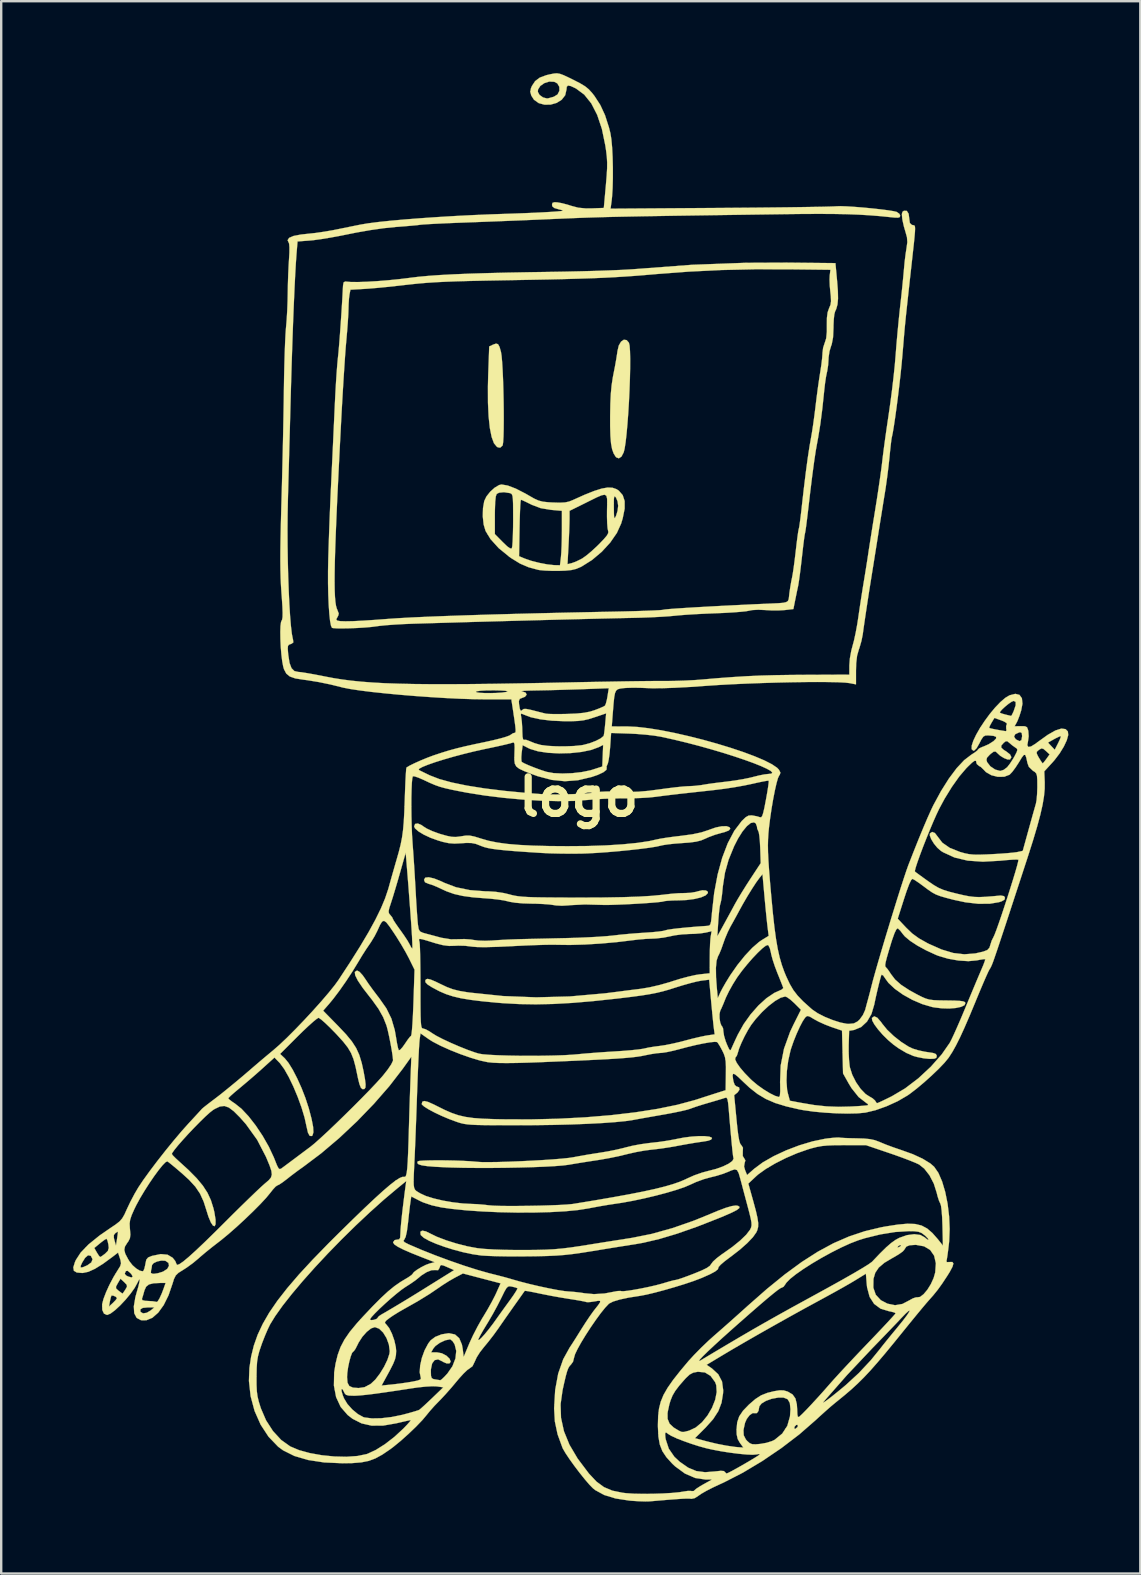
<source format=kicad_pcb>
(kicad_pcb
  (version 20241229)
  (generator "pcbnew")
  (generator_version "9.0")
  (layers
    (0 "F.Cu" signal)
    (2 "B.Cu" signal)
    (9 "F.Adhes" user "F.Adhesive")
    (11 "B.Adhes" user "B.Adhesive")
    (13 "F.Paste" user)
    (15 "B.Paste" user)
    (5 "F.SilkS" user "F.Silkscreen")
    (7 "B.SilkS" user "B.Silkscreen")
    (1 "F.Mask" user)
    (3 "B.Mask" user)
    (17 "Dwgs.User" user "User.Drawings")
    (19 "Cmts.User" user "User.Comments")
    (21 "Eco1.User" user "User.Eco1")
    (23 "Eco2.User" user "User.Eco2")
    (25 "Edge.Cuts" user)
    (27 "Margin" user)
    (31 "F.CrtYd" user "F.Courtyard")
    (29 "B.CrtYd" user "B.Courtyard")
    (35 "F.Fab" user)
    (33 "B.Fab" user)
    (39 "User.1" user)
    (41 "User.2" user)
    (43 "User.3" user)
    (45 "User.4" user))
  (footprint "logo"
    (layer "F.Cu")
    (at 21.065 30.158)
    (property "Reference" "logo" (at 0 0 0) (layer "F.SilkS") (effects (font (size 1.524 1.524) (thickness 0.3))))
    (attr through_hole)
    (fp_poly (pts (xy -3.36 -18.864) (xy -3.297 -18.75) (xy -3.238 -18.542) (xy -3.213 -18.381) (xy -3.19 -18.125) (xy -3.17 -17.794) (xy -3.152 -17.408) (xy -3.139 -16.985) (xy -3.129 -16.546) (xy -3.123 -16.109) (xy -3.122 -15.695) (xy -3.125 -15.324) (xy -3.133 -15.013) (xy -3.147 -14.784) (xy -3.166 -14.655) (xy -3.174 -14.638) (xy -3.271 -14.552) (xy -3.368 -14.567) (xy -3.411 -14.592) (xy -3.53 -14.736) (xy -3.627 -14.998) (xy -3.702 -15.373) (xy -3.753 -15.852) (xy -3.78 -16.429) (xy -3.782 -17.098) (xy -3.771 -17.561) (xy -3.728 -18.77) (xy -3.566 -18.847) (xy -3.442 -18.89) (xy -3.36 -18.864)) (stroke (width 0.01) (type solid)) (fill yes) (layer "F.SilkS"))
    (fp_poly (pts (xy 12.443 9.202) (xy 12.599 9.38) (xy 12.648 9.451) (xy 12.853 9.703) (xy 13.132 9.969) (xy 13.444 10.215) (xy 13.749 10.409) (xy 13.918 10.489) (xy 14.146 10.56) (xy 14.418 10.619) (xy 14.557 10.64) (xy 14.769 10.673) (xy 14.881 10.715) (xy 14.921 10.777) (xy 14.922 10.803) (xy 14.903 10.876) (xy 14.822 10.911) (xy 14.65 10.919) (xy 14.621 10.919) (xy 14.385 10.896) (xy 14.109 10.841) (xy 13.95 10.797) (xy 13.663 10.674) (xy 13.338 10.482) (xy 13.121 10.327) (xy 12.892 10.133) (xy 12.672 9.915) (xy 12.477 9.692) (xy 12.325 9.487) (xy 12.234 9.322) (xy 12.219 9.216) (xy 12.222 9.211) (xy 12.316 9.145) (xy 12.443 9.202)) (stroke (width 0.01) (type solid)) (fill yes) (layer "F.SilkS"))
    (fp_poly (pts (xy 2.001 -19.034) (xy 2.094 -18.926) (xy 2.122 -18.803) (xy 2.139 -18.572) (xy 2.147 -18.253) (xy 2.145 -17.863) (xy 2.135 -17.423) (xy 2.118 -16.951) (xy 2.095 -16.466) (xy 2.066 -15.987) (xy 2.032 -15.533) (xy 1.995 -15.123) (xy 1.956 -14.776) (xy 1.914 -14.51) (xy 1.877 -14.359) (xy 1.784 -14.181) (xy 1.674 -14.108) (xy 1.564 -14.15) (xy 1.542 -14.174) (xy 1.457 -14.311) (xy 1.393 -14.49) (xy 1.349 -14.727) (xy 1.323 -15.041) (xy 1.311 -15.449) (xy 1.311 -15.875) (xy 1.32 -16.384) (xy 1.34 -16.799) (xy 1.373 -17.152) (xy 1.422 -17.476) (xy 1.45 -17.621) (xy 1.511 -17.932) (xy 1.565 -18.235) (xy 1.604 -18.484) (xy 1.616 -18.574) (xy 1.671 -18.808) (xy 1.766 -18.971) (xy 1.882 -19.051) (xy 2.001 -19.034)) (stroke (width 0.01) (type solid)) (fill yes) (layer "F.SilkS"))
    (fp_poly (pts (xy 6.642 17.043) (xy 6.704 17.086) (xy 6.688 17.142) (xy 6.586 17.219) (xy 6.387 17.321) (xy 6.083 17.455) (xy 5.842 17.555) (xy 4.921 17.916) (xy 4.095 18.205) (xy 3.356 18.426) (xy 2.694 18.581) (xy 2.381 18.637) (xy 2.131 18.676) (xy 1.788 18.73) (xy 1.385 18.795) (xy 0.954 18.865) (xy 0.572 18.928) (xy 0.125 18.999) (xy -0.253 19.052) (xy -0.597 19.09) (xy -0.942 19.116) (xy -1.322 19.133) (xy -1.774 19.144) (xy -2.095 19.148) (xy -2.548 19.151) (xy -2.995 19.149) (xy -3.406 19.142) (xy -3.755 19.13) (xy -4.013 19.115) (xy -4.064 19.111) (xy -4.421 19.059) (xy -4.809 18.977) (xy -5.206 18.872) (xy -5.591 18.752) (xy -5.941 18.625) (xy -6.236 18.497) (xy -6.454 18.375) (xy -6.574 18.268) (xy -6.585 18.247) (xy -6.597 18.124) (xy -6.52 18.076) (xy -6.368 18.107) (xy -6.213 18.183) (xy -5.912 18.33) (xy -5.523 18.479) (xy -5.085 18.616) (xy -4.638 18.73) (xy -4.223 18.807) (xy -3.935 18.837) (xy -3.545 18.861) (xy -3.079 18.877) (xy -2.561 18.884) (xy -2.286 18.884) (xy -1.79 18.88) (xy -1.385 18.87) (xy -1.033 18.852) (xy -0.697 18.822) (xy -0.341 18.779) (xy 0.073 18.718) (xy 0.349 18.674) (xy 0.785 18.604) (xy 1.224 18.534) (xy 1.633 18.47) (xy 1.981 18.415) (xy 2.223 18.377) (xy 3.04 18.213) (xy 3.915 17.969) (xy 4.813 17.655) (xy 5.366 17.43) (xy 5.8 17.249) (xy 6.134 17.124) (xy 6.381 17.052) (xy 6.552 17.029) (xy 6.642 17.043)) (stroke (width 0.01) (type solid)) (fill yes) (layer "F.SilkS"))
    (fp_poly (pts (xy 5.256 14.139) (xy 5.446 14.16) (xy 5.547 14.202) (xy 5.556 14.224) (xy 5.516 14.285) (xy 5.384 14.332) (xy 5.144 14.371) (xy 4.887 14.408) (xy 4.563 14.462) (xy 4.23 14.522) (xy 4.128 14.541) (xy 3.793 14.601) (xy 3.437 14.655) (xy 3.122 14.693) (xy 3.048 14.7) (xy 2.754 14.738) (xy 2.405 14.8) (xy 2.066 14.876) (xy 1.999 14.893) (xy 1.668 14.973) (xy 1.278 15.053) (xy 0.894 15.121) (xy 0.76 15.142) (xy 0.411 15.195) (xy 0.039 15.254) (xy -0.294 15.309) (xy -0.413 15.33) (xy -0.648 15.36) (xy -0.99 15.387) (xy -1.421 15.411) (xy -1.922 15.431) (xy -2.472 15.446) (xy -3.053 15.457) (xy -3.645 15.463) (xy -4.229 15.463) (xy -4.786 15.458) (xy -5.297 15.446) (xy -5.54 15.437) (xy -5.984 15.415) (xy -6.312 15.388) (xy -6.537 15.355) (xy -6.67 15.313) (xy -6.724 15.26) (xy -6.709 15.192) (xy -6.707 15.189) (xy -6.634 15.17) (xy -6.457 15.157) (xy -6.201 15.149) (xy -5.888 15.146) (xy -5.541 15.148) (xy -5.184 15.155) (xy -4.841 15.167) (xy -4.534 15.183) (xy -4.288 15.203) (xy -4.242 15.208) (xy -4.049 15.22) (xy -3.753 15.222) (xy -3.377 15.217) (xy -2.943 15.204) (xy -2.474 15.186) (xy -1.993 15.163) (xy -1.523 15.137) (xy -1.088 15.108) (xy -0.709 15.077) (xy -0.411 15.046) (xy -0.226 15.018) (xy 0.041 14.968) (xy 0.378 14.909) (xy 0.729 14.853) (xy 0.88 14.83) (xy 1.216 14.774) (xy 1.561 14.705) (xy 1.86 14.635) (xy 1.969 14.605) (xy 2.235 14.54) (xy 2.569 14.477) (xy 2.913 14.429) (xy 3.026 14.416) (xy 3.361 14.378) (xy 3.71 14.326) (xy 4.012 14.271) (xy 4.096 14.253) (xy 4.395 14.196) (xy 4.705 14.157) (xy 5 14.138) (xy 5.256 14.139)) (stroke (width 0.01) (type solid)) (fill yes) (layer "F.SilkS"))
    (fp_poly (pts (xy -6.023 3.401) (xy -5.721 3.522) (xy -5.601 3.58) (xy -5.112 3.766) (xy -4.533 3.886) (xy -3.883 3.936) (xy -3.76 3.937) (xy -3.456 3.957) (xy -3.122 4.008) (xy -2.911 4.058) (xy -2.785 4.092) (xy -2.656 4.12) (xy -2.513 4.142) (xy -2.341 4.16) (xy -2.127 4.173) (xy -1.857 4.183) (xy -1.517 4.189) (xy -1.094 4.193) (xy -0.574 4.196) (xy 0.057 4.197) (xy 0.191 4.197) (xy 1.082 4.193) (xy 1.853 4.179) (xy 2.507 4.157) (xy 3.052 4.124) (xy 3.492 4.081) (xy 3.588 4.069) (xy 3.88 4.036) (xy 4.172 4.014) (xy 4.403 4.009) (xy 4.415 4.009) (xy 4.658 3.998) (xy 4.891 3.958) (xy 4.962 3.936) (xy 5.153 3.892) (xy 5.304 3.9) (xy 5.384 3.955) (xy 5.384 4.009) (xy 5.291 4.105) (xy 5.096 4.19) (xy 4.821 4.256) (xy 4.492 4.299) (xy 4.196 4.312) (xy 3.932 4.317) (xy 3.716 4.329) (xy 3.579 4.344) (xy 3.551 4.353) (xy 3.465 4.371) (xy 3.275 4.392) (xy 3.007 4.415) (xy 2.684 4.438) (xy 2.329 4.459) (xy 1.966 4.478) (xy 1.62 4.492) (xy 1.315 4.502) (xy 1.074 4.504) (xy 0.953 4.501) (xy 0.256 4.483) (xy -0.349 4.513) (xy -0.445 4.523) (xy -0.698 4.537) (xy -0.947 4.524) (xy -1.048 4.508) (xy -1.22 4.484) (xy -1.478 4.465) (xy -1.782 4.452) (xy -1.982 4.449) (xy -2.333 4.438) (xy -2.644 4.411) (xy -2.879 4.372) (xy -2.935 4.357) (xy -3.116 4.315) (xy -3.382 4.275) (xy -3.689 4.242) (xy -3.873 4.229) (xy -4.403 4.187) (xy -4.834 4.128) (xy -5.193 4.046) (xy -5.507 3.935) (xy -5.683 3.854) (xy -5.912 3.747) (xy -6.124 3.662) (xy -6.255 3.623) (xy -6.403 3.56) (xy -6.445 3.458) (xy -6.395 3.367) (xy -6.251 3.349) (xy -6.023 3.401)) (stroke (width 0.01) (type solid)) (fill yes) (layer "F.SilkS"))
    (fp_poly (pts (xy -6.549 1.175) (xy -6.477 1.228) (xy -6.326 1.323) (xy -6.095 1.429) (xy -5.828 1.527) (xy -5.762 1.548) (xy -5.486 1.626) (xy -5.284 1.666) (xy -5.113 1.671) (xy -4.927 1.648) (xy -4.894 1.642) (xy -4.699 1.613) (xy -4.532 1.615) (xy -4.345 1.653) (xy -4.091 1.731) (xy -4.068 1.739) (xy -3.755 1.829) (xy -3.395 1.902) (xy -2.976 1.96) (xy -2.484 2.002) (xy -1.906 2.032) (xy -1.227 2.049) (xy -0.476 2.055) (xy 0.364 2.048) (xy 1.139 2.022) (xy 1.835 1.978) (xy 2.441 1.918) (xy 2.942 1.843) (xy 3.255 1.773) (xy 3.413 1.741) (xy 3.661 1.701) (xy 3.967 1.659) (xy 4.271 1.623) (xy 4.744 1.559) (xy 5.117 1.479) (xy 5.421 1.379) (xy 5.448 1.368) (xy 5.718 1.274) (xy 5.965 1.225) (xy 6.164 1.222) (xy 6.288 1.266) (xy 6.318 1.328) (xy 6.257 1.4) (xy 6.079 1.469) (xy 5.955 1.501) (xy 5.685 1.578) (xy 5.407 1.681) (xy 5.288 1.736) (xy 5.103 1.814) (xy 4.893 1.867) (xy 4.624 1.903) (xy 4.318 1.925) (xy 4.013 1.948) (xy 3.733 1.978) (xy 3.515 2.011) (xy 3.429 2.03) (xy 3.238 2.073) (xy 2.943 2.12) (xy 2.57 2.168) (xy 2.142 2.216) (xy 1.682 2.262) (xy 1.216 2.302) (xy 0.765 2.334) (xy 0.356 2.356) (xy 0.127 2.364) (xy -0.291 2.368) (xy -0.747 2.364) (xy -1.188 2.354) (xy -1.556 2.336) (xy -2.16 2.297) (xy -2.653 2.262) (xy -3.047 2.229) (xy -3.359 2.197) (xy -3.603 2.165) (xy -3.792 2.13) (xy -3.943 2.09) (xy -4.069 2.044) (xy -4.096 2.033) (xy -4.289 1.958) (xy -4.468 1.923) (xy -4.683 1.919) (xy -4.889 1.933) (xy -5.173 1.947) (xy -5.41 1.93) (xy -5.662 1.876) (xy -5.862 1.817) (xy -6.18 1.702) (xy -6.461 1.57) (xy -6.682 1.435) (xy -6.821 1.311) (xy -6.858 1.228) (xy -6.815 1.127) (xy -6.703 1.109) (xy -6.549 1.175)) (stroke (width 0.01) (type solid)) (fill yes) (layer "F.SilkS"))
    (fp_poly (pts (xy -2.957 -12.974) (xy -2.62 -12.846) (xy -2.215 -12.638) (xy -2.086 -12.563) (xy -1.853 -12.43) (xy -1.671 -12.348) (xy -1.49 -12.301) (xy -1.261 -12.277) (xy -1.076 -12.267) (xy -0.778 -12.259) (xy -0.565 -12.271) (xy -0.395 -12.308) (xy -0.244 -12.369) (xy 0.246 -12.589) (xy 0.642 -12.747) (xy 0.958 -12.847) (xy 1.209 -12.891) (xy 1.41 -12.882) (xy 1.576 -12.824) (xy 1.672 -12.761) (xy 1.835 -12.574) (xy 1.916 -12.328) (xy 1.916 -12.011) (xy 1.836 -11.612) (xy 1.771 -11.393) (xy 1.592 -10.999) (xy 1.314 -10.597) (xy 0.962 -10.214) (xy 0.559 -9.874) (xy 0.131 -9.604) (xy 0.075 -9.576) (xy -0.106 -9.5) (xy -0.301 -9.453) (xy -0.549 -9.428) (xy -0.826 -9.418) (xy -1.124 -9.419) (xy -1.404 -9.43) (xy -1.622 -9.45) (xy -1.683 -9.46) (xy -2.087 -9.569) (xy -2.442 -9.721) (xy -2.806 -9.945) (xy -2.877 -9.995) (xy -2.92 -10.03) (xy -2.484 -10.03) (xy -2.243 -9.929) (xy -1.973 -9.836) (xy -1.642 -9.752) (xy -1.309 -9.688) (xy -1.031 -9.658) (xy -1.009 -9.657) (xy -0.78 -9.652) (xy -0.774 -9.697) (xy -0.465 -9.697) (xy -0.284 -9.742) (xy -0.116 -9.803) (xy 0.087 -9.902) (xy 0.154 -9.939) (xy 0.316 -10.054) (xy 0.528 -10.23) (xy 0.754 -10.438) (xy 0.848 -10.531) (xy 1.053 -10.744) (xy 1.177 -10.892) (xy 1.232 -10.994) (xy 1.233 -11.07) (xy 1.226 -11.089) (xy 1.204 -11.198) (xy 1.188 -11.403) (xy 1.18 -11.673) (xy 1.181 -11.924) (xy 1.187 -12.217) (xy 1.187 -12.225) (xy 1.465 -12.225) (xy 1.466 -12.061) (xy 1.469 -11.806) (xy 1.477 -11.661) (xy 1.494 -11.612) (xy 1.523 -11.644) (xy 1.558 -11.716) (xy 1.621 -11.92) (xy 1.646 -12.129) (xy 1.62 -12.318) (xy 1.557 -12.47) (xy 1.554 -12.474) (xy 1.509 -12.522) (xy 1.482 -12.509) (xy 1.468 -12.416) (xy 1.465 -12.225) (xy 1.187 -12.225) (xy 1.185 -12.422) (xy 1.156 -12.545) (xy 1.085 -12.592) (xy 0.955 -12.568) (xy 0.749 -12.48) (xy 0.452 -12.333) (xy 0.27 -12.242) (xy -0.381 -11.92) (xy -0.381 -11.59) (xy -0.385 -11.393) (xy -0.394 -11.109) (xy -0.408 -10.778) (xy -0.423 -10.478) (xy -0.465 -9.697) (xy -0.774 -9.697) (xy -0.74 -9.985) (xy -0.724 -10.182) (xy -0.711 -10.467) (xy -0.702 -10.8) (xy -0.699 -11.119) (xy -0.699 -11.92) (xy -1.159 -11.961) (xy -1.58 -12.031) (xy -1.956 -12.173) (xy -1.993 -12.192) (xy -2.189 -12.289) (xy -2.338 -12.358) (xy -2.406 -12.382) (xy -2.419 -12.322) (xy -2.433 -12.154) (xy -2.445 -11.899) (xy -2.456 -11.576) (xy -2.464 -11.206) (xy -2.464 -11.206) (xy -2.484 -10.03) (xy -2.92 -10.03) (xy -3.331 -10.364) (xy -3.674 -10.743) (xy -3.88 -11.081) (xy -3.96 -11.349) (xy -3.996 -11.685) (xy -3.995 -11.75) (xy -3.493 -11.75) (xy -3.493 -10.951) (xy -3.164 -10.618) (xy -2.978 -10.44) (xy -2.857 -10.355) (xy -2.791 -10.356) (xy -2.784 -10.365) (xy -2.767 -10.452) (xy -2.752 -10.645) (xy -2.741 -10.918) (xy -2.733 -11.251) (xy -2.731 -11.534) (xy -2.732 -11.929) (xy -2.734 -12.215) (xy -2.742 -12.411) (xy -2.757 -12.535) (xy -2.782 -12.605) (xy -2.818 -12.64) (xy -2.869 -12.659) (xy -2.873 -12.66) (xy -3.115 -12.697) (xy -3.315 -12.677) (xy -3.416 -12.624) (xy -3.454 -12.519) (xy -3.479 -12.293) (xy -3.491 -11.943) (xy -3.493 -11.75) (xy -3.995 -11.75) (xy -3.987 -12.036) (xy -3.935 -12.329) (xy -3.843 -12.52) (xy -3.687 -12.716) (xy -3.502 -12.884) (xy -3.319 -12.993) (xy -3.215 -13.018) (xy -2.957 -12.974)) (stroke (width 0.01) (type solid)) (fill yes) (layer "F.SilkS"))
    (fp_poly (pts (xy 10.7 -22.243) (xy 10.77 -21.493) (xy 10.802 -21.079) (xy 10.808 -20.764) (xy 10.786 -20.523) (xy 10.734 -20.332) (xy 10.684 -20.223) (xy 10.653 -20.104) (xy 10.631 -19.896) (xy 10.619 -19.639) (xy 10.619 -19.558) (xy 10.601 -19.15) (xy 10.545 -18.856) (xy 10.517 -18.782) (xy 10.452 -18.566) (xy 10.415 -18.314) (xy 10.412 -18.242) (xy 10.396 -17.992) (xy 10.358 -17.744) (xy 10.344 -17.685) (xy 10.307 -17.503) (xy 10.268 -17.242) (xy 10.234 -16.95) (xy 10.225 -16.859) (xy 10.155 -16.188) (xy 10.073 -15.549) (xy 9.981 -14.98) (xy 9.941 -14.764) (xy 9.881 -14.43) (xy 9.813 -13.978) (xy 9.736 -13.405) (xy 9.65 -12.71) (xy 9.554 -11.89) (xy 9.553 -11.88) (xy 9.515 -11.564) (xy 9.481 -11.295) (xy 9.453 -11.098) (xy 9.434 -10.996) (xy 9.432 -10.989) (xy 9.417 -10.915) (xy 9.392 -10.738) (xy 9.359 -10.481) (xy 9.323 -10.166) (xy 9.304 -9.999) (xy 9.263 -9.643) (xy 9.222 -9.31) (xy 9.184 -9.032) (xy 9.154 -8.839) (xy 9.146 -8.795) (xy 9.1 -8.581) (xy 9.047 -8.32) (xy 9.019 -8.184) (xy 8.948 -7.827) (xy 8.592 -7.785) (xy 8.334 -7.77) (xy 8.025 -7.771) (xy 7.778 -7.785) (xy 7.482 -7.798) (xy 7.228 -7.784) (xy 7.105 -7.759) (xy 6.973 -7.735) (xy 6.739 -7.711) (xy 6.428 -7.687) (xy 6.064 -7.666) (xy 5.715 -7.652) (xy 5.295 -7.635) (xy 4.875 -7.614) (xy 4.489 -7.59) (xy 4.171 -7.565) (xy 4 -7.548) (xy 3.76 -7.526) (xy 3.424 -7.504) (xy 3.026 -7.484) (xy 2.597 -7.468) (xy 2.223 -7.459) (xy 1.65 -7.447) (xy 0.969 -7.431) (xy 0.195 -7.412) (xy -0.652 -7.391) (xy -1.557 -7.367) (xy -2.501 -7.342) (xy -3.466 -7.316) (xy -4.436 -7.289) (xy -5.393 -7.261) (xy -6.319 -7.234) (xy -6.89 -7.217) (xy -7.287 -7.201) (xy -7.678 -7.179) (xy -8.028 -7.153) (xy -8.303 -7.125) (xy -8.414 -7.11) (xy -8.637 -7.081) (xy -8.919 -7.057) (xy -9.233 -7.038) (xy -9.55 -7.025) (xy -9.842 -7.02) (xy -10.08 -7.022) (xy -10.237 -7.034) (xy -10.281 -7.046) (xy -10.322 -7.135) (xy -10.36 -7.333) (xy -10.391 -7.626) (xy -10.417 -7.995) (xy -10.435 -8.425) (xy -10.445 -8.898) (xy -10.445 -8.914) (xy -10.172 -8.914) (xy -10.167 -8.591) (xy -10.155 -8.33) (xy -10.137 -8.124) (xy -10.113 -7.967) (xy -10.082 -7.853) (xy -10.059 -7.799) (xy -9.998 -7.639) (xy -10.023 -7.542) (xy -10.028 -7.537) (xy -10.091 -7.421) (xy -10.097 -7.381) (xy -10.057 -7.345) (xy -9.933 -7.323) (xy -9.719 -7.316) (xy -9.406 -7.322) (xy -8.987 -7.343) (xy -8.455 -7.378) (xy -7.938 -7.417) (xy -7.514 -7.446) (xy -6.969 -7.476) (xy -6.31 -7.506) (xy -5.543 -7.536) (xy -4.675 -7.566) (xy -3.711 -7.596) (xy -2.659 -7.625) (xy -1.524 -7.654) (xy -0.312 -7.682) (xy 0.969 -7.709) (xy 1.428 -7.718) (xy 1.924 -7.729) (xy 2.381 -7.741) (xy 2.782 -7.754) (xy 3.112 -7.767) (xy 3.354 -7.779) (xy 3.494 -7.791) (xy 3.521 -7.797) (xy 3.6 -7.81) (xy 3.792 -7.828) (xy 4.086 -7.85) (xy 4.469 -7.875) (xy 4.927 -7.903) (xy 5.449 -7.932) (xy 6.022 -7.963) (xy 6.632 -7.993) (xy 7.267 -8.024) (xy 7.652 -8.041) (xy 8.046 -8.058) (xy 8.331 -8.071) (xy 8.527 -8.088) (xy 8.649 -8.116) (xy 8.718 -8.162) (xy 8.75 -8.232) (xy 8.765 -8.335) (xy 8.779 -8.476) (xy 8.779 -8.477) (xy 8.818 -8.741) (xy 8.863 -9) (xy 8.89 -9.127) (xy 8.92 -9.291) (xy 8.959 -9.549) (xy 9.001 -9.866) (xy 9.042 -10.209) (xy 9.048 -10.26) (xy 9.085 -10.579) (xy 9.12 -10.852) (xy 9.149 -11.055) (xy 9.17 -11.163) (xy 9.174 -11.172) (xy 9.191 -11.25) (xy 9.217 -11.429) (xy 9.251 -11.688) (xy 9.288 -12.001) (xy 9.302 -12.135) (xy 9.386 -12.873) (xy 9.468 -13.542) (xy 9.547 -14.128) (xy 9.621 -14.614) (xy 9.681 -14.954) (xy 9.722 -15.189) (xy 9.771 -15.51) (xy 9.821 -15.876) (xy 9.868 -16.248) (xy 9.872 -16.288) (xy 9.919 -16.67) (xy 9.971 -17.064) (xy 10.023 -17.423) (xy 10.067 -17.704) (xy 10.069 -17.716) (xy 10.112 -17.999) (xy 10.144 -18.264) (xy 10.16 -18.464) (xy 10.16 -18.498) (xy 10.187 -18.716) (xy 10.252 -18.916) (xy 10.257 -18.927) (xy 10.315 -19.11) (xy 10.342 -19.382) (xy 10.342 -19.638) (xy 10.345 -19.961) (xy 10.374 -20.191) (xy 10.434 -20.361) (xy 10.437 -20.368) (xy 10.493 -20.503) (xy 10.516 -20.653) (xy 10.508 -20.859) (xy 10.489 -21.035) (xy 10.464 -21.302) (xy 10.455 -21.554) (xy 10.462 -21.73) (xy 10.491 -21.965) (xy 8.817 -21.984) (xy 7.341 -21.986) (xy 5.947 -21.955) (xy 4.595 -21.889) (xy 3.243 -21.787) (xy 3.207 -21.784) (xy 2.756 -21.745) (xy 2.329 -21.711) (xy 1.91 -21.682) (xy 1.485 -21.656) (xy 1.04 -21.633) (xy 0.558 -21.613) (xy 0.026 -21.596) (xy -0.57 -21.579) (xy -1.247 -21.563) (xy -2.017 -21.548) (xy -2.897 -21.532) (xy -3.111 -21.528) (xy -3.869 -21.514) (xy -4.515 -21.5) (xy -5.067 -21.485) (xy -5.54 -21.467) (xy -5.951 -21.447) (xy -6.316 -21.423) (xy -6.651 -21.395) (xy -6.973 -21.362) (xy -7.144 -21.343) (xy -7.566 -21.295) (xy -7.996 -21.249) (xy -8.398 -21.21) (xy -8.734 -21.182) (xy -8.899 -21.17) (xy -9.511 -21.135) (xy -9.55 -20.942) (xy -9.571 -20.775) (xy -9.587 -20.538) (xy -9.593 -20.328) (xy -9.601 -20.103) (xy -9.62 -19.791) (xy -9.647 -19.431) (xy -9.679 -19.063) (xy -9.683 -19.018) (xy -9.707 -18.746) (xy -9.735 -18.369) (xy -9.766 -17.906) (xy -9.8 -17.381) (xy -9.834 -16.813) (xy -9.868 -16.224) (xy -9.897 -15.684) (xy -9.958 -14.512) (xy -10.01 -13.459) (xy -10.056 -12.52) (xy -10.093 -11.688) (xy -10.123 -10.958) (xy -10.146 -10.322) (xy -10.162 -9.773) (xy -10.17 -9.306) (xy -10.172 -8.914) (xy -10.445 -8.914) (xy -10.445 -9.398) (xy -10.442 -9.557) (xy -10.434 -9.953) (xy -10.419 -10.446) (xy -10.4 -11.007) (xy -10.378 -11.606) (xy -10.353 -12.215) (xy -10.327 -12.802) (xy -10.321 -12.922) (xy -10.294 -13.509) (xy -10.264 -14.128) (xy -10.235 -14.749) (xy -10.208 -15.342) (xy -10.183 -15.875) (xy -10.163 -16.317) (xy -10.16 -16.383) (xy -10.138 -16.828) (xy -10.113 -17.267) (xy -10.086 -17.672) (xy -10.06 -18.013) (xy -10.037 -18.261) (xy -10.034 -18.288) (xy -10.009 -18.526) (xy -9.98 -18.865) (xy -9.948 -19.279) (xy -9.915 -19.743) (xy -9.882 -20.231) (xy -9.852 -20.717) (xy -9.827 -21.174) (xy -9.82 -21.304) (xy -9.797 -21.438) (xy -9.729 -21.477) (xy -9.684 -21.472) (xy -9.488 -21.456) (xy -9.192 -21.455) (xy -8.82 -21.467) (xy -8.396 -21.492) (xy -7.947 -21.528) (xy -7.496 -21.573) (xy -7.069 -21.625) (xy -7.049 -21.628) (xy -6.689 -21.672) (xy -6.27 -21.711) (xy -5.782 -21.746) (xy -5.217 -21.776) (xy -4.566 -21.803) (xy -3.82 -21.826) (xy -2.971 -21.847) (xy -2.01 -21.865) (xy -1.27 -21.876) (xy -0.575 -21.888) (xy 0.097 -21.903) (xy 0.729 -21.92) (xy 1.303 -21.94) (xy 1.802 -21.961) (xy 2.209 -21.984) (xy 2.507 -22.006) (xy 2.508 -22.006) (xy 4.721 -22.173) (xy 6.974 -22.257) (xy 8.668 -22.264) (xy 10.7 -22.243)) (stroke (width 0.01) (type solid)) (fill yes) (layer "F.SilkS"))
    (fp_poly (pts (xy -0.784 -30.133) (xy -0.631 -30.077) (xy -0.417 -29.977) (xy -0.234 -29.887) (xy 0.057 -29.738) (xy 0.264 -29.613) (xy 0.421 -29.486) (xy 0.562 -29.331) (xy 0.658 -29.208) (xy 0.902 -28.832) (xy 1.099 -28.405) (xy 1.262 -27.897) (xy 1.323 -27.654) (xy 1.362 -27.409) (xy 1.393 -27.069) (xy 1.414 -26.663) (xy 1.425 -26.223) (xy 1.425 -25.779) (xy 1.414 -25.363) (xy 1.391 -25.005) (xy 1.374 -24.845) (xy 1.329 -24.512) (xy 5.888 -24.543) (xy 6.645 -24.549) (xy 7.372 -24.555) (xy 8.057 -24.562) (xy 8.689 -24.569) (xy 9.257 -24.577) (xy 9.75 -24.585) (xy 10.157 -24.592) (xy 10.468 -24.6) (xy 10.671 -24.607) (xy 10.747 -24.612) (xy 10.908 -24.617) (xy 11.164 -24.608) (xy 11.486 -24.588) (xy 11.847 -24.559) (xy 12.219 -24.524) (xy 12.574 -24.485) (xy 12.885 -24.446) (xy 13.122 -24.408) (xy 13.256 -24.376) (xy 13.367 -24.296) (xy 13.399 -24.219) (xy 13.381 -24.161) (xy 13.311 -24.137) (xy 13.16 -24.141) (xy 13.033 -24.154) (xy 12.58 -24.2) (xy 12.132 -24.236) (xy 11.67 -24.263) (xy 11.175 -24.282) (xy 10.628 -24.292) (xy 10.008 -24.295) (xy 9.297 -24.292) (xy 8.624 -24.284) (xy 7.476 -24.268) (xy 6.447 -24.253) (xy 5.526 -24.24) (xy 4.706 -24.228) (xy 3.977 -24.217) (xy 3.33 -24.206) (xy 2.757 -24.197) (xy 2.248 -24.187) (xy 1.795 -24.178) (xy 1.389 -24.169) (xy 1.02 -24.16) (xy 0.681 -24.15) (xy 0.361 -24.14) (xy 0.052 -24.129) (xy -0.254 -24.117) (xy -0.568 -24.104) (xy -0.897 -24.09) (xy -1.175 -24.078) (xy -1.727 -24.054) (xy -2.362 -24.027) (xy -3.037 -24) (xy -3.709 -23.974) (xy -4.334 -23.95) (xy -4.613 -23.94) (xy -5.086 -23.922) (xy -5.525 -23.904) (xy -5.912 -23.886) (xy -6.228 -23.869) (xy -6.456 -23.855) (xy -6.576 -23.845) (xy -6.581 -23.844) (xy -6.712 -23.827) (xy -6.938 -23.805) (xy -7.232 -23.78) (xy -7.562 -23.754) (xy -7.62 -23.75) (xy -8.112 -23.7) (xy -8.675 -23.62) (xy -9.258 -23.518) (xy -9.557 -23.458) (xy -9.96 -23.377) (xy -10.365 -23.303) (xy -10.739 -23.242) (xy -11.045 -23.2) (xy -11.176 -23.187) (xy -11.716 -23.146) (xy -11.76 -22.606) (xy -11.786 -22.235) (xy -11.814 -21.749) (xy -11.843 -21.161) (xy -11.873 -20.483) (xy -11.903 -19.728) (xy -11.932 -18.907) (xy -11.961 -18.034) (xy -11.988 -17.121) (xy -12.005 -16.51) (xy -12.022 -15.87) (xy -12.04 -15.2) (xy -12.059 -14.527) (xy -12.076 -13.878) (xy -12.093 -13.279) (xy -12.107 -12.757) (xy -12.117 -12.383) (xy -12.129 -11.775) (xy -12.134 -11.137) (xy -12.131 -10.483) (xy -12.121 -9.831) (xy -12.105 -9.194) (xy -12.083 -8.589) (xy -12.057 -8.031) (xy -12.026 -7.535) (xy -11.991 -7.117) (xy -11.953 -6.793) (xy -11.911 -6.577) (xy -11.904 -6.553) (xy -11.892 -6.435) (xy -11.974 -6.376) (xy -12.001 -6.369) (xy -12.077 -6.34) (xy -12.115 -6.286) (xy -12.123 -6.174) (xy -12.108 -5.974) (xy -12.101 -5.912) (xy -12.049 -5.581) (xy -11.966 -5.362) (xy -11.845 -5.242) (xy -11.688 -5.207) (xy -11.562 -5.195) (xy -11.339 -5.16) (xy -11.047 -5.109) (xy -10.712 -5.045) (xy -10.563 -5.015) (xy -10.217 -4.949) (xy -9.855 -4.892) (xy -9.468 -4.842) (xy -9.05 -4.8) (xy -8.591 -4.765) (xy -8.084 -4.737) (xy -7.519 -4.717) (xy -6.89 -4.703) (xy -6.188 -4.696) (xy -5.404 -4.695) (xy -4.532 -4.7) (xy -3.562 -4.711) (xy -2.486 -4.729) (xy -1.296 -4.751) (xy -0.508 -4.768) (xy 0.156 -4.782) (xy 0.807 -4.794) (xy 1.428 -4.805) (xy 2.004 -4.815) (xy 2.519 -4.822) (xy 2.957 -4.827) (xy 3.302 -4.829) (xy 3.537 -4.829) (xy 3.556 -4.829) (xy 3.958 -4.831) (xy 4.407 -4.845) (xy 4.836 -4.867) (xy 5.08 -4.885) (xy 5.802 -4.947) (xy 6.438 -4.994) (xy 7.025 -5.03) (xy 7.6 -5.056) (xy 8.201 -5.072) (xy 8.864 -5.082) (xy 9.402 -5.086) (xy 11.279 -5.094) (xy 11.28 -5.484) (xy 11.302 -5.771) (xy 11.36 -6.091) (xy 11.412 -6.287) (xy 11.475 -6.522) (xy 11.543 -6.838) (xy 11.608 -7.189) (xy 11.65 -7.461) (xy 11.708 -7.859) (xy 11.776 -8.307) (xy 11.844 -8.737) (xy 11.88 -8.954) (xy 11.936 -9.295) (xy 11.991 -9.638) (xy 12.038 -9.937) (xy 12.062 -10.097) (xy 12.089 -10.282) (xy 12.134 -10.568) (xy 12.191 -10.929) (xy 12.256 -11.34) (xy 12.327 -11.776) (xy 12.353 -11.938) (xy 12.426 -12.393) (xy 12.495 -12.847) (xy 12.557 -13.271) (xy 12.608 -13.635) (xy 12.643 -13.912) (xy 12.649 -13.97) (xy 12.679 -14.219) (xy 12.723 -14.563) (xy 12.779 -14.974) (xy 12.843 -15.421) (xy 12.91 -15.875) (xy 12.924 -15.97) (xy 12.994 -16.46) (xy 13.062 -16.985) (xy 13.123 -17.506) (xy 13.173 -17.983) (xy 13.206 -18.375) (xy 13.207 -18.383) (xy 13.242 -18.836) (xy 13.288 -19.356) (xy 13.339 -19.885) (xy 13.389 -20.364) (xy 13.398 -20.447) (xy 13.443 -20.846) (xy 13.485 -21.245) (xy 13.521 -21.609) (xy 13.548 -21.9) (xy 13.557 -22.003) (xy 13.585 -22.305) (xy 13.623 -22.613) (xy 13.661 -22.861) (xy 13.662 -22.865) (xy 13.696 -23.117) (xy 13.681 -23.321) (xy 13.624 -23.526) (xy 13.552 -23.774) (xy 13.495 -24.03) (xy 13.483 -24.107) (xy 13.468 -24.288) (xy 13.495 -24.383) (xy 13.555 -24.424) (xy 13.675 -24.419) (xy 13.751 -24.3) (xy 13.779 -24.076) (xy 13.801 -23.915) (xy 13.881 -23.839) (xy 13.912 -23.83) (xy 13.95 -23.823) (xy 13.98 -23.816) (xy 14.002 -23.797) (xy 14.015 -23.752) (xy 14.019 -23.669) (xy 14.013 -23.536) (xy 13.996 -23.339) (xy 13.969 -23.066) (xy 13.929 -22.704) (xy 13.878 -22.241) (xy 13.816 -21.685) (xy 13.756 -21.139) (xy 13.708 -20.698) (xy 13.669 -20.339) (xy 13.637 -20.04) (xy 13.611 -19.78) (xy 13.587 -19.537) (xy 13.565 -19.289) (xy 13.542 -19.015) (xy 13.515 -18.691) (xy 13.489 -18.383) (xy 13.455 -18.011) (xy 13.411 -17.587) (xy 13.36 -17.133) (xy 13.304 -16.671) (xy 13.246 -16.223) (xy 13.189 -15.81) (xy 13.136 -15.455) (xy 13.09 -15.179) (xy 13.054 -15.004) (xy 13.049 -14.986) (xy 13.032 -14.887) (xy 13.008 -14.691) (xy 12.979 -14.428) (xy 12.953 -14.161) (xy 12.911 -13.766) (xy 12.855 -13.318) (xy 12.795 -12.888) (xy 12.765 -12.7) (xy 12.711 -12.369) (xy 12.645 -11.957) (xy 12.573 -11.509) (xy 12.503 -11.071) (xy 12.48 -10.922) (xy 12.412 -10.494) (xy 12.339 -10.037) (xy 12.269 -9.597) (xy 12.208 -9.22) (xy 12.191 -9.112) (xy 12.105 -8.575) (xy 12.019 -8.015) (xy 11.938 -7.474) (xy 11.868 -6.993) (xy 11.837 -6.763) (xy 11.784 -6.498) (xy 11.704 -6.221) (xy 11.676 -6.141) (xy 11.603 -5.887) (xy 11.565 -5.57) (xy 11.557 -5.263) (xy 11.557 -4.688) (xy 11.287 -4.741) (xy 11.101 -4.762) (xy 10.804 -4.777) (xy 10.413 -4.785) (xy 9.944 -4.788) (xy 9.412 -4.785) (xy 8.835 -4.776) (xy 8.228 -4.762) (xy 7.607 -4.743) (xy 6.99 -4.72) (xy 6.391 -4.693) (xy 5.827 -4.662) (xy 5.366 -4.631) (xy 4.631 -4.58) (xy 3.997 -4.546) (xy 3.47 -4.528) (xy 3.057 -4.526) (xy 2.867 -4.533) (xy 2.547 -4.546) (xy 2.233 -4.548) (xy 1.973 -4.54) (xy 1.874 -4.532) (xy 1.733 -4.514) (xy 1.632 -4.486) (xy 1.561 -4.429) (xy 1.514 -4.324) (xy 1.481 -4.151) (xy 1.454 -3.892) (xy 1.425 -3.528) (xy 1.421 -3.482) (xy 1.379 -2.936) (xy 2.047 -2.934) (xy 2.447 -2.914) (xy 2.918 -2.859) (xy 3.442 -2.774) (xy 4.006 -2.662) (xy 4.593 -2.528) (xy 5.188 -2.378) (xy 5.775 -2.214) (xy 6.339 -2.042) (xy 6.865 -1.866) (xy 7.336 -1.69) (xy 7.738 -1.52) (xy 8.055 -1.358) (xy 8.271 -1.211) (xy 8.345 -1.132) (xy 8.407 -1.014) (xy 8.383 -0.926) (xy 8.357 -0.893) (xy 8.305 -0.782) (xy 8.244 -0.567) (xy 8.176 -0.269) (xy 8.106 0.09) (xy 8.038 0.488) (xy 7.977 0.904) (xy 7.932 1.266) (xy 7.907 1.517) (xy 7.892 1.763) (xy 7.886 2.021) (xy 7.891 2.311) (xy 7.907 2.652) (xy 7.935 3.062) (xy 7.975 3.561) (xy 8.028 4.165) (xy 8.093 4.852) (xy 8.157 5.43) (xy 8.223 5.916) (xy 8.294 6.328) (xy 8.374 6.684) (xy 8.465 7) (xy 8.571 7.296) (xy 8.653 7.491) (xy 8.798 7.799) (xy 8.948 8.054) (xy 9.127 8.286) (xy 9.357 8.525) (xy 9.663 8.8) (xy 9.738 8.865) (xy 9.96 9.016) (xy 10.256 9.167) (xy 10.586 9.301) (xy 10.908 9.404) (xy 11.18 9.457) (xy 11.256 9.461) (xy 11.467 9.44) (xy 11.622 9.359) (xy 11.709 9.278) (xy 11.843 9.093) (xy 11.937 8.886) (xy 11.943 8.865) (xy 12.003 8.638) (xy 12.067 8.405) (xy 12.069 8.398) (xy 12.131 8.167) (xy 12.192 7.925) (xy 12.197 7.906) (xy 12.265 7.642) (xy 12.365 7.284) (xy 12.489 6.851) (xy 12.632 6.363) (xy 12.788 5.839) (xy 12.952 5.3) (xy 13.02 5.076) (xy 13.296 5.076) (xy 13.649 5.452) (xy 13.9 5.693) (xy 14.178 5.895) (xy 14.528 6.092) (xy 14.584 6.121) (xy 15.126 6.361) (xy 15.613 6.507) (xy 16.071 6.56) (xy 16.524 6.525) (xy 16.857 6.449) (xy 17.031 6.382) (xy 17.118 6.286) (xy 17.148 6.188) (xy 17.212 5.989) (xy 17.287 5.841) (xy 17.334 5.737) (xy 17.41 5.539) (xy 17.507 5.266) (xy 17.62 4.938) (xy 17.741 4.572) (xy 17.866 4.19) (xy 17.987 3.81) (xy 18.099 3.451) (xy 18.195 3.134) (xy 18.269 2.877) (xy 18.314 2.699) (xy 18.326 2.621) (xy 18.325 2.619) (xy 18.251 2.611) (xy 18.078 2.617) (xy 17.832 2.635) (xy 17.565 2.661) (xy 16.844 2.701) (xy 16.212 2.657) (xy 15.664 2.527) (xy 15.191 2.31) (xy 15.098 2.252) (xy 14.947 2.121) (xy 14.805 1.948) (xy 14.693 1.766) (xy 14.633 1.61) (xy 14.638 1.522) (xy 14.731 1.461) (xy 14.845 1.506) (xy 14.95 1.643) (xy 15.154 1.91) (xy 15.466 2.126) (xy 15.89 2.295) (xy 16.089 2.351) (xy 16.266 2.387) (xy 16.456 2.406) (xy 16.69 2.409) (xy 17 2.399) (xy 17.203 2.389) (xy 17.542 2.37) (xy 17.854 2.347) (xy 18.107 2.323) (xy 18.27 2.302) (xy 18.286 2.298) (xy 18.506 2.25) (xy 18.751 1.363) (xy 18.844 1.029) (xy 18.929 0.723) (xy 19 0.474) (xy 19.046 0.31) (xy 19.055 0.281) (xy 19.083 0.126) (xy 19.103 -0.111) (xy 19.113 -0.385) (xy 19.113 -0.449) (xy 19.111 -0.711) (xy 19.099 -0.876) (xy 19.069 -0.974) (xy 19.012 -1.037) (xy 18.929 -1.089) (xy 18.76 -1.252) (xy 18.703 -1.406) (xy 18.653 -1.635) (xy 18.609 -1.749) (xy 18.552 -1.749) (xy 18.465 -1.637) (xy 18.343 -1.437) (xy 18.203 -1.221) (xy 18.067 -1.039) (xy 17.962 -0.929) (xy 17.954 -0.923) (xy 17.735 -0.839) (xy 17.468 -0.835) (xy 17.2 -0.902) (xy 16.973 -1.032) (xy 16.879 -1.131) (xy 16.762 -1.245) (xy 16.685 -1.288) (xy 16.591 -1.369) (xy 16.573 -1.427) (xy 16.558 -1.504) (xy 16.503 -1.507) (xy 16.396 -1.43) (xy 16.224 -1.265) (xy 16.151 -1.191) (xy 15.858 -0.847) (xy 15.551 -0.414) (xy 15.249 0.077) (xy 15.024 0.495) (xy 14.908 0.739) (xy 14.775 1.04) (xy 14.633 1.378) (xy 14.489 1.733) (xy 14.35 2.086) (xy 14.226 2.416) (xy 14.123 2.704) (xy 14.049 2.929) (xy 14.012 3.071) (xy 14.013 3.112) (xy 14.085 3.168) (xy 14.235 3.278) (xy 14.437 3.424) (xy 14.56 3.512) (xy 14.797 3.674) (xy 14.998 3.791) (xy 15.205 3.879) (xy 15.457 3.957) (xy 15.767 4.035) (xy 16.046 4.1) (xy 16.273 4.144) (xy 16.478 4.169) (xy 16.692 4.176) (xy 16.947 4.166) (xy 17.273 4.14) (xy 17.588 4.111) (xy 17.726 4.136) (xy 17.766 4.203) (xy 17.744 4.285) (xy 17.626 4.353) (xy 17.514 4.389) (xy 17.124 4.454) (xy 16.65 4.455) (xy 16.12 4.394) (xy 15.625 4.289) (xy 15.301 4.204) (xy 15.066 4.135) (xy 14.887 4.067) (xy 14.731 3.983) (xy 14.563 3.868) (xy 14.354 3.712) (xy 14.164 3.573) (xy 14.006 3.467) (xy 13.913 3.417) (xy 13.91 3.417) (xy 13.855 3.468) (xy 13.772 3.64) (xy 13.664 3.931) (xy 13.563 4.237) (xy 13.296 5.076) (xy 13.02 5.076) (xy 13.116 4.765) (xy 13.274 4.254) (xy 13.422 3.787) (xy 13.553 3.384) (xy 13.66 3.064) (xy 13.734 2.857) (xy 13.947 2.311) (xy 14.158 1.783) (xy 14.358 1.297) (xy 14.539 0.873) (xy 14.692 0.533) (xy 14.779 0.351) (xy 15.101 -0.243) (xy 15.428 -0.762) (xy 15.752 -1.195) (xy 16.064 -1.529) (xy 16.067 -1.531) (xy 16.993 -1.531) (xy 17.023 -1.444) (xy 17.157 -1.272) (xy 17.357 -1.138) (xy 17.565 -1.081) (xy 17.571 -1.081) (xy 17.71 -1.125) (xy 17.853 -1.232) (xy 17.858 -1.237) (xy 17.976 -1.389) (xy 18.107 -1.592) (xy 18.162 -1.689) (xy 18.225 -1.811) (xy 19.086 -1.811) (xy 19.143 -1.692) (xy 19.181 -1.627) (xy 19.269 -1.485) (xy 19.328 -1.404) (xy 19.338 -1.397) (xy 19.384 -1.443) (xy 19.472 -1.557) (xy 19.492 -1.584) (xy 19.625 -1.77) (xy 19.484 -1.901) (xy 19.366 -2.001) (xy 19.283 -2.019) (xy 19.184 -1.961) (xy 19.159 -1.942) (xy 19.092 -1.88) (xy 19.086 -1.811) (xy 18.225 -1.811) (xy 18.251 -1.862) (xy 18.282 -1.958) (xy 18.259 -2.014) (xy 18.198 -2.055) (xy 18.055 -2.158) (xy 17.955 -2.244) (xy 17.858 -2.322) (xy 17.782 -2.309) (xy 17.711 -2.25) (xy 17.613 -2.139) (xy 17.612 -2.051) (xy 17.715 -1.957) (xy 17.812 -1.897) (xy 17.976 -1.77) (xy 18.033 -1.653) (xy 17.977 -1.56) (xy 17.972 -1.557) (xy 17.874 -1.558) (xy 17.723 -1.618) (xy 17.568 -1.713) (xy 17.466 -1.806) (xy 17.381 -1.886) (xy 17.299 -1.887) (xy 17.181 -1.802) (xy 17.123 -1.749) (xy 17.014 -1.63) (xy 16.993 -1.531) (xy 16.067 -1.531) (xy 16.354 -1.751) (xy 16.357 -1.753) (xy 16.516 -1.856) (xy 16.618 -1.939) (xy 16.637 -1.97) (xy 16.691 -2.021) (xy 16.826 -2.083) (xy 16.875 -2.1) (xy 17.088 -2.194) (xy 17.281 -2.318) (xy 17.293 -2.327) (xy 17.396 -2.433) (xy 17.396 -2.502) (xy 17.368 -2.512) (xy 18.143 -2.512) (xy 18.211 -2.405) (xy 18.232 -2.39) (xy 18.372 -2.322) (xy 18.451 -2.364) (xy 18.478 -2.52) (xy 18.479 -2.538) (xy 18.463 -2.664) (xy 18.4 -2.695) (xy 18.354 -2.686) (xy 18.192 -2.612) (xy 18.143 -2.512) (xy 17.368 -2.512) (xy 17.284 -2.543) (xy 17.069 -2.562) (xy 16.948 -2.557) (xy 16.862 -2.509) (xy 16.782 -2.393) (xy 16.703 -2.238) (xy 16.585 -2.03) (xy 16.485 -1.93) (xy 16.447 -1.923) (xy 16.376 -1.989) (xy 16.379 -2.134) (xy 16.446 -2.34) (xy 16.565 -2.591) (xy 16.726 -2.872) (xy 16.73 -2.878) (xy 17.107 -2.878) (xy 17.109 -2.872) (xy 17.179 -2.851) (xy 17.334 -2.817) (xy 17.535 -2.78) (xy 17.744 -2.746) (xy 17.803 -2.738) (xy 17.83 -2.779) (xy 17.817 -2.834) (xy 17.814 -2.961) (xy 17.839 -3.01) (xy 17.838 -3.072) (xy 17.727 -3.141) (xy 17.613 -3.187) (xy 17.326 -3.29) (xy 17.206 -3.092) (xy 17.133 -2.958) (xy 17.107 -2.878) (xy 16.73 -2.878) (xy 16.919 -3.164) (xy 17.131 -3.453) (xy 17.177 -3.508) (xy 17.553 -3.508) (xy 17.63 -3.474) (xy 17.776 -3.432) (xy 17.793 -3.428) (xy 17.939 -3.393) (xy 18.019 -3.373) (xy 18.021 -3.372) (xy 18.055 -3.42) (xy 18.116 -3.546) (xy 18.132 -3.586) (xy 18.211 -3.819) (xy 18.21 -3.956) (xy 18.129 -4) (xy 18.042 -3.964) (xy 17.909 -3.874) (xy 17.764 -3.755) (xy 17.637 -3.636) (xy 17.56 -3.543) (xy 17.553 -3.508) (xy 17.177 -3.508) (xy 17.354 -3.721) (xy 17.575 -3.952) (xy 17.784 -4.131) (xy 17.959 -4.234) (xy 18.198 -4.294) (xy 18.37 -4.25) (xy 18.471 -4.109) (xy 18.493 -3.879) (xy 18.442 -3.606) (xy 18.371 -3.382) (xy 18.294 -3.183) (xy 18.257 -3.106) (xy 18.166 -2.942) (xy 18.43 -2.947) (xy 18.599 -2.943) (xy 18.684 -2.901) (xy 18.726 -2.793) (xy 18.738 -2.739) (xy 18.753 -2.525) (xy 18.727 -2.329) (xy 18.697 -2.156) (xy 18.736 -2.08) (xy 18.85 -2.1) (xy 19.041 -2.217) (xy 19.101 -2.263) (xy 19.558 -2.263) (xy 19.698 -2.113) (xy 19.839 -1.964) (xy 19.978 -2.236) (xy 20.055 -2.398) (xy 20.095 -2.507) (xy 20.096 -2.531) (xy 20.033 -2.516) (xy 19.899 -2.452) (xy 19.816 -2.408) (xy 19.558 -2.263) (xy 19.101 -2.263) (xy 19.156 -2.304) (xy 19.549 -2.586) (xy 19.868 -2.767) (xy 20.115 -2.846) (xy 20.291 -2.823) (xy 20.386 -2.727) (xy 20.401 -2.578) (xy 20.341 -2.36) (xy 20.218 -2.097) (xy 20.043 -1.812) (xy 19.828 -1.53) (xy 19.745 -1.436) (xy 19.403 -1.063) (xy 19.422 -0.611) (xy 19.42 -0.333) (xy 19.391 -0.025) (xy 19.332 0.328) (xy 19.239 0.741) (xy 19.109 1.226) (xy 18.939 1.798) (xy 18.725 2.471) (xy 18.678 2.615) (xy 18.406 3.447) (xy 18.17 4.166) (xy 17.969 4.782) (xy 17.798 5.303) (xy 17.654 5.737) (xy 17.536 6.093) (xy 17.44 6.38) (xy 17.363 6.605) (xy 17.303 6.779) (xy 17.256 6.908) (xy 17.219 7.002) (xy 17.189 7.069) (xy 17.165 7.117) (xy 17.142 7.156) (xy 17.118 7.194) (xy 17.117 7.195) (xy 17.066 7.295) (xy 16.976 7.493) (xy 16.857 7.767) (xy 16.717 8.098) (xy 16.565 8.464) (xy 16.547 8.509) (xy 16.296 9.113) (xy 16.08 9.612) (xy 15.893 10.021) (xy 15.726 10.354) (xy 15.574 10.627) (xy 15.428 10.853) (xy 15.406 10.884) (xy 15.241 11.085) (xy 15 11.337) (xy 14.708 11.616) (xy 14.394 11.898) (xy 14.082 12.16) (xy 13.799 12.377) (xy 13.704 12.443) (xy 13.298 12.68) (xy 12.836 12.891) (xy 12.37 13.057) (xy 11.947 13.158) (xy 11.945 13.158) (xy 11.622 13.189) (xy 11.21 13.198) (xy 10.742 13.188) (xy 10.255 13.159) (xy 9.783 13.115) (xy 9.361 13.055) (xy 9.207 13.027) (xy 8.649 12.898) (xy 8.189 12.757) (xy 7.8 12.589) (xy 7.453 12.381) (xy 7.12 12.119) (xy 6.859 11.875) (xy 6.646 11.671) (xy 6.509 11.559) (xy 6.435 11.54) (xy 6.415 11.613) (xy 6.436 11.778) (xy 6.453 11.867) (xy 6.504 12.004) (xy 6.572 12.065) (xy 6.576 12.065) (xy 6.685 12.106) (xy 6.702 12.202) (xy 6.622 12.317) (xy 6.615 12.323) (xy 6.48 12.432) (xy 6.576 13.434) (xy 6.617 13.838) (xy 6.655 14.131) (xy 6.692 14.33) (xy 6.731 14.452) (xy 6.775 14.511) (xy 6.846 14.619) (xy 6.839 14.78) (xy 6.838 14.969) (xy 6.891 15.051) (xy 6.948 15.15) (xy 6.919 15.244) (xy 6.892 15.404) (xy 6.937 15.561) (xy 7.018 15.759) (xy 7.316 15.497) (xy 7.673 15.232) (xy 8.126 14.973) (xy 8.643 14.732) (xy 9.193 14.522) (xy 9.746 14.356) (xy 10.27 14.247) (xy 10.385 14.231) (xy 10.609 14.207) (xy 10.78 14.195) (xy 10.863 14.197) (xy 10.864 14.198) (xy 10.939 14.207) (xy 11.113 14.217) (xy 11.357 14.225) (xy 11.562 14.229) (xy 11.894 14.239) (xy 12.139 14.263) (xy 12.336 14.305) (xy 12.524 14.374) (xy 12.573 14.395) (xy 12.81 14.493) (xy 13.108 14.603) (xy 13.406 14.705) (xy 13.43 14.713) (xy 13.922 14.889) (xy 14.337 15.081) (xy 14.656 15.277) (xy 14.812 15.413) (xy 14.99 15.669) (xy 15.145 16.027) (xy 15.275 16.464) (xy 15.374 16.955) (xy 15.437 17.478) (xy 15.46 18.008) (xy 15.439 18.522) (xy 15.43 18.61) (xy 15.397 18.888) (xy 15.366 19.123) (xy 15.34 19.283) (xy 15.328 19.332) (xy 15.34 19.388) (xy 15.454 19.385) (xy 15.459 19.384) (xy 15.575 19.383) (xy 15.616 19.445) (xy 15.579 19.579) (xy 15.463 19.797) (xy 15.366 19.953) (xy 15.151 20.279) (xy 14.965 20.538) (xy 14.774 20.774) (xy 14.591 20.981) (xy 14.475 21.114) (xy 14.298 21.325) (xy 14.076 21.593) (xy 13.828 21.896) (xy 13.587 22.193) (xy 13.146 22.738) (xy 12.769 23.196) (xy 12.442 23.581) (xy 12.153 23.909) (xy 11.886 24.193) (xy 11.63 24.447) (xy 11.371 24.686) (xy 11.094 24.923) (xy 10.787 25.174) (xy 10.701 25.243) (xy 10.516 25.397) (xy 10.277 25.607) (xy 10.021 25.838) (xy 9.875 25.973) (xy 9.199 26.563) (xy 8.445 27.139) (xy 7.648 27.68) (xy 6.841 28.163) (xy 6.058 28.565) (xy 5.89 28.642) (xy 5.597 28.779) (xy 5.328 28.916) (xy 5.116 29.038) (xy 5.006 29.114) (xy 4.837 29.224) (xy 4.698 29.254) (xy 4.686 29.252) (xy 4.62 29.243) (xy 4.505 29.242) (xy 4.327 29.249) (xy 4.073 29.266) (xy 3.728 29.292) (xy 3.279 29.33) (xy 2.953 29.358) (xy 2.773 29.362) (xy 2.513 29.354) (xy 2.219 29.335) (xy 2.111 29.326) (xy 1.539 29.238) (xy 1.062 29.092) (xy 0.69 28.889) (xy 0.596 28.814) (xy 0.448 28.663) (xy 0.255 28.438) (xy 0.038 28.167) (xy -0.183 27.875) (xy -0.386 27.592) (xy -0.552 27.343) (xy -0.66 27.157) (xy -0.674 27.127) (xy -0.879 26.565) (xy -0.992 26.03) (xy -1.024 25.485) (xy -1.014 25.31) (xy -0.754 25.31) (xy -0.736 25.877) (xy -0.614 26.435) (xy -0.385 26.996) (xy -0.044 27.574) (xy 0.413 28.181) (xy 0.437 28.211) (xy 0.743 28.536) (xy 1.053 28.764) (xy 1.402 28.912) (xy 1.826 28.999) (xy 1.976 29.017) (xy 2.288 29.038) (xy 2.668 29.046) (xy 3.084 29.043) (xy 3.5 29.03) (xy 3.883 29.007) (xy 4.199 28.977) (xy 4.37 28.949) (xy 4.552 28.922) (xy 4.684 28.923) (xy 4.71 28.931) (xy 4.798 28.926) (xy 4.82 28.902) (xy 4.895 28.836) (xy 5.048 28.736) (xy 5.21 28.641) (xy 5.556 28.45) (xy 5.289 28.449) (xy 4.857 28.385) (xy 4.43 28.2) (xy 4.02 27.9) (xy 3.9 27.787) (xy 3.657 27.519) (xy 3.487 27.264) (xy 3.38 26.987) (xy 3.322 26.658) (xy 3.316 26.531) (xy 3.602 26.531) (xy 3.613 26.69) (xy 3.627 26.773) (xy 3.755 27.162) (xy 3.988 27.5) (xy 4.212 27.709) (xy 4.565 27.955) (xy 4.904 28.096) (xy 5.268 28.143) (xy 5.681 28.111) (xy 5.92 28.085) (xy 6.05 28.095) (xy 6.083 28.124) (xy 6.15 28.191) (xy 6.17 28.194) (xy 6.244 28.164) (xy 6.397 28.085) (xy 6.605 27.971) (xy 6.84 27.838) (xy 7.078 27.699) (xy 7.292 27.571) (xy 7.457 27.468) (xy 7.547 27.404) (xy 7.556 27.393) (xy 7.504 27.386) (xy 7.408 27.403) (xy 7.25 27.416) (xy 6.996 27.405) (xy 6.673 27.375) (xy 6.309 27.329) (xy 5.932 27.27) (xy 5.569 27.201) (xy 5.323 27.146) (xy 5.014 27.061) (xy 4.686 26.956) (xy 4.365 26.842) (xy 4.079 26.728) (xy 4.072 26.725) (xy 4.847 26.725) (xy 5.339 26.858) (xy 5.742 26.956) (xy 6.154 27.036) (xy 6.526 27.09) (xy 6.717 27.107) (xy 6.862 27.114) (xy 6.718 26.92) (xy 6.626 26.757) (xy 6.584 26.564) (xy 6.579 26.38) (xy 6.868 26.38) (xy 6.878 26.603) (xy 6.969 26.781) (xy 7.022 26.84) (xy 7.125 26.931) (xy 7.228 26.975) (xy 7.374 26.981) (xy 7.57 26.964) (xy 7.824 26.919) (xy 8.057 26.846) (xy 8.165 26.794) (xy 8.482 26.535) (xy 8.612 26.337) (xy 8.99 26.337) (xy 9.029 26.338) (xy 9.119 26.26) (xy 9.129 26.237) (xy 9.124 26.169) (xy 9.066 26.173) (xy 9.002 26.241) (xy 8.992 26.263) (xy 8.99 26.337) (xy 8.612 26.337) (xy 8.694 26.212) (xy 8.806 25.816) (xy 8.826 25.516) (xy 8.799 25.257) (xy 8.708 25.101) (xy 8.537 25.033) (xy 8.318 25.033) (xy 8.045 25.083) (xy 7.804 25.17) (xy 7.622 25.28) (xy 7.529 25.397) (xy 7.522 25.432) (xy 7.494 25.588) (xy 7.428 25.68) (xy 7.359 25.681) (xy 7.25 25.68) (xy 7.122 25.769) (xy 7.005 25.922) (xy 6.933 26.084) (xy 6.868 26.38) (xy 6.579 26.38) (xy 6.579 26.364) (xy 6.606 26.066) (xy 6.69 25.817) (xy 6.85 25.58) (xy 7.096 25.325) (xy 7.363 25.095) (xy 7.603 24.94) (xy 7.863 24.837) (xy 8.138 24.769) (xy 8.373 24.73) (xy 8.543 24.734) (xy 8.702 24.781) (xy 8.72 24.788) (xy 8.913 24.903) (xy 9.032 25.069) (xy 9.092 25.314) (xy 9.106 25.534) (xy 9.114 25.736) (xy 9.134 25.831) (xy 9.174 25.842) (xy 9.201 25.823) (xy 9.32 25.712) (xy 9.503 25.526) (xy 9.729 25.286) (xy 9.782 25.228) (xy 10.192 25.228) (xy 10.195 25.244) (xy 10.281 25.188) (xy 10.382 25.115) (xy 10.542 24.993) (xy 10.763 24.816) (xy 11.009 24.614) (xy 11.144 24.5) (xy 11.676 24.01) (xy 12.181 23.47) (xy 12.544 23.023) (xy 12.656 22.879) (xy 12.828 22.665) (xy 13.037 22.408) (xy 13.26 22.138) (xy 13.286 22.106) (xy 13.513 21.826) (xy 13.675 21.612) (xy 13.768 21.471) (xy 13.793 21.407) (xy 13.745 21.427) (xy 13.624 21.535) (xy 13.427 21.738) (xy 13.416 21.75) (xy 13.254 21.922) (xy 13.025 22.161) (xy 12.753 22.444) (xy 12.46 22.747) (xy 12.227 22.987) (xy 11.184 24.093) (xy 10.261 25.144) (xy 10.192 25.228) (xy 9.782 25.228) (xy 9.979 25.014) (xy 10.233 24.731) (xy 10.453 24.479) (xy 10.621 24.29) (xy 10.859 24.029) (xy 11.15 23.715) (xy 11.474 23.37) (xy 11.814 23.011) (xy 12.049 22.766) (xy 12.359 22.442) (xy 12.637 22.149) (xy 12.873 21.897) (xy 13.054 21.7) (xy 13.17 21.57) (xy 13.208 21.52) (xy 13.152 21.486) (xy 13.01 21.449) (xy 12.938 21.436) (xy 12.581 21.328) (xy 12.311 21.128) (xy 12.124 20.835) (xy 12.023 20.454) (xy 12.279 20.454) (xy 12.381 20.748) (xy 12.59 20.974) (xy 12.87 21.12) (xy 13.186 21.184) (xy 13.492 21.131) (xy 13.763 20.99) (xy 13.93 20.898) (xy 14.064 20.854) (xy 14.103 20.856) (xy 14.227 20.838) (xy 14.375 20.724) (xy 14.531 20.539) (xy 14.675 20.307) (xy 14.791 20.053) (xy 14.858 19.821) (xy 14.885 19.436) (xy 14.813 19.121) (xy 14.648 18.882) (xy 14.396 18.73) (xy 14.062 18.67) (xy 14.021 18.67) (xy 13.795 18.685) (xy 13.66 18.738) (xy 13.583 18.844) (xy 13.573 18.87) (xy 13.501 18.948) (xy 13.345 19.059) (xy 13.136 19.184) (xy 13.083 19.212) (xy 12.741 19.415) (xy 12.506 19.615) (xy 12.36 19.831) (xy 12.286 20.083) (xy 12.285 20.093) (xy 12.279 20.454) (xy 12.023 20.454) (xy 12.02 20.446) (xy 12.004 20.302) (xy 11.97 19.871) (xy 11.525 20.145) (xy 11.32 20.267) (xy 11.032 20.432) (xy 10.689 20.624) (xy 10.32 20.827) (xy 10.033 20.983) (xy 9.45 21.3) (xy 8.824 21.646) (xy 8.183 22.005) (xy 7.551 22.362) (xy 6.955 22.704) (xy 6.422 23.014) (xy 6.015 23.256) (xy 5.332 23.667) (xy 5.552 23.818) (xy 5.818 24.064) (xy 5.974 24.363) (xy 6.023 24.727) (xy 6.017 24.855) (xy 5.954 25.247) (xy 5.821 25.596) (xy 5.603 25.933) (xy 5.285 26.288) (xy 5.282 26.29) (xy 4.847 26.725) (xy 4.072 26.725) (xy 3.857 26.627) (xy 3.726 26.547) (xy 3.718 26.539) (xy 3.636 26.483) (xy 3.602 26.531) (xy 3.316 26.531) (xy 3.302 26.242) (xy 3.302 26.151) (xy 3.312 25.8) (xy 3.328 25.662) (xy 3.704 25.662) (xy 3.706 25.921) (xy 3.788 26.12) (xy 3.957 26.279) (xy 4.019 26.318) (xy 4.184 26.417) (xy 4.289 26.463) (xy 4.386 26.465) (xy 4.525 26.431) (xy 4.604 26.41) (xy 4.878 26.281) (xy 5.138 26.064) (xy 5.368 25.782) (xy 5.556 25.461) (xy 5.689 25.126) (xy 5.752 24.803) (xy 5.733 24.516) (xy 5.686 24.389) (xy 5.497 24.129) (xy 5.26 23.985) (xy 4.971 23.957) (xy 4.956 23.959) (xy 4.772 23.995) (xy 4.625 24.073) (xy 4.466 24.222) (xy 4.416 24.277) (xy 4.184 24.544) (xy 4.023 24.757) (xy 3.911 24.948) (xy 3.829 25.151) (xy 3.778 25.319) (xy 3.704 25.662) (xy 3.328 25.662) (xy 3.348 25.492) (xy 3.419 25.207) (xy 3.534 24.926) (xy 3.704 24.629) (xy 3.936 24.297) (xy 4.241 23.911) (xy 4.557 23.534) (xy 4.579 23.509) (xy 5.01 23.509) (xy 5.054 23.5) (xy 5.08 23.485) (xy 5.189 23.419) (xy 5.384 23.303) (xy 5.641 23.149) (xy 5.938 22.973) (xy 6.096 22.878) (xy 6.684 22.531) (xy 7.227 22.214) (xy 7.756 21.911) (xy 8.299 21.605) (xy 8.889 21.277) (xy 9.554 20.913) (xy 9.702 20.832) (xy 10.402 20.448) (xy 10.99 20.121) (xy 11.465 19.85) (xy 11.828 19.636) (xy 12.08 19.479) (xy 12.221 19.377) (xy 12.24 19.358) (xy 12.558 19.024) (xy 12.809 18.778) (xy 13.278 18.778) (xy 13.342 18.765) (xy 13.354 18.76) (xy 13.431 18.71) (xy 13.432 18.681) (xy 13.365 18.688) (xy 13.318 18.725) (xy 13.278 18.778) (xy 12.809 18.778) (xy 12.814 18.773) (xy 13.023 18.591) (xy 13.204 18.462) (xy 13.359 18.377) (xy 13.68 18.264) (xy 13.984 18.224) (xy 14.242 18.257) (xy 14.42 18.357) (xy 14.522 18.442) (xy 14.581 18.46) (xy 14.556 18.406) (xy 14.459 18.305) (xy 14.412 18.264) (xy 14.29 18.174) (xy 14.162 18.124) (xy 13.986 18.102) (xy 13.759 18.098) (xy 13.191 18.133) (xy 12.567 18.234) (xy 11.932 18.39) (xy 11.65 18.479) (xy 11.315 18.608) (xy 10.936 18.781) (xy 10.533 18.985) (xy 10.125 19.209) (xy 9.73 19.442) (xy 9.367 19.674) (xy 9.055 19.892) (xy 8.811 20.086) (xy 8.656 20.244) (xy 8.617 20.304) (xy 8.539 20.414) (xy 8.473 20.447) (xy 8.412 20.473) (xy 8.294 20.553) (xy 8.115 20.694) (xy 7.868 20.898) (xy 7.547 21.172) (xy 7.147 21.52) (xy 6.663 21.946) (xy 6.382 22.195) (xy 5.989 22.547) (xy 5.654 22.854) (xy 5.382 23.109) (xy 5.18 23.308) (xy 5.054 23.443) (xy 5.01 23.509) (xy 4.579 23.509) (xy 4.803 23.263) (xy 5.104 22.956) (xy 5.419 22.655) (xy 5.637 22.46) (xy 5.913 22.219) (xy 6.247 21.925) (xy 6.601 21.609) (xy 6.94 21.305) (xy 7.04 21.214) (xy 7.844 20.507) (xy 8.592 19.899) (xy 9.296 19.383) (xy 9.968 18.953) (xy 10.621 18.6) (xy 11.268 18.319) (xy 11.92 18.101) (xy 12.591 17.94) (xy 12.795 17.902) (xy 13.297 17.824) (xy 13.699 17.788) (xy 14.023 17.799) (xy 14.29 17.864) (xy 14.522 17.987) (xy 14.74 18.175) (xy 14.968 18.434) (xy 15.004 18.479) (xy 15.18 18.701) (xy 15.16 17.867) (xy 15.147 17.524) (xy 15.126 17.242) (xy 15.1 17.041) (xy 15.07 16.946) (xy 15.019 16.839) (xy 14.959 16.654) (xy 14.919 16.494) (xy 14.799 16.116) (xy 14.62 15.771) (xy 14.402 15.492) (xy 14.188 15.321) (xy 14.042 15.253) (xy 13.802 15.155) (xy 13.497 15.039) (xy 13.152 14.915) (xy 12.954 14.847) (xy 11.97 14.513) (xy 11.049 14.514) (xy 10.665 14.517) (xy 10.374 14.528) (xy 10.14 14.55) (xy 9.928 14.588) (xy 9.705 14.645) (xy 9.557 14.689) (xy 9.104 14.848) (xy 8.639 15.048) (xy 8.193 15.273) (xy 7.797 15.507) (xy 7.482 15.733) (xy 7.393 15.812) (xy 7.07 16.116) (xy 7.281 16.869) (xy 7.385 17.255) (xy 7.451 17.545) (xy 7.482 17.76) (xy 7.478 17.924) (xy 7.443 18.06) (xy 7.403 18.148) (xy 7.259 18.351) (xy 7.023 18.598) (xy 6.713 18.872) (xy 6.348 19.155) (xy 6.279 19.205) (xy 6.074 19.361) (xy 5.918 19.495) (xy 5.834 19.588) (xy 5.826 19.612) (xy 5.8 19.688) (xy 5.685 19.78) (xy 5.472 19.894) (xy 5.148 20.038) (xy 5.079 20.066) (xy 4.786 20.177) (xy 4.417 20.301) (xy 4.005 20.428) (xy 3.581 20.55) (xy 3.178 20.658) (xy 2.827 20.742) (xy 2.561 20.793) (xy 2.54 20.796) (xy 2.086 20.867) (xy 1.713 20.947) (xy 1.435 21.031) (xy 1.268 21.116) (xy 1.257 21.125) (xy 1.104 21.287) (xy 0.916 21.52) (xy 0.709 21.804) (xy 0.494 22.116) (xy 0.287 22.436) (xy 0.101 22.742) (xy -0.049 23.013) (xy -0.151 23.226) (xy -0.19 23.362) (xy -0.191 23.365) (xy -0.236 23.54) (xy -0.318 23.654) (xy -0.38 23.721) (xy -0.433 23.809) (xy -0.483 23.942) (xy -0.538 24.139) (xy -0.605 24.423) (xy -0.671 24.723) (xy -0.754 25.31) (xy -1.014 25.31) (xy -0.979 24.713) (xy -0.853 24.032) (xy -0.644 23.435) (xy -0.379 22.955) (xy -0.268 22.786) (xy -0.117 22.549) (xy 0.048 22.284) (xy 0.118 22.172) (xy 0.288 21.906) (xy 0.461 21.648) (xy 0.61 21.439) (xy 0.657 21.378) (xy 0.816 21.177) (xy 0.894 21.059) (xy 0.893 21.005) (xy 0.812 21) (xy 0.658 21.026) (xy 0.475 21.053) (xy 0.347 21.057) (xy 0.319 21.051) (xy 0.239 21.03) (xy 0.063 20.996) (xy -0.182 20.954) (xy -0.377 20.924) (xy -0.744 20.864) (xy -1.152 20.791) (xy -1.528 20.717) (xy -1.63 20.696) (xy -1.888 20.642) (xy -2.094 20.603) (xy -2.221 20.585) (xy -2.248 20.585) (xy -2.288 20.642) (xy -2.386 20.781) (xy -2.526 20.979) (xy -2.667 21.177) (xy -2.871 21.467) (xy -3.085 21.771) (xy -3.274 22.044) (xy -3.356 22.162) (xy -3.548 22.428) (xy -3.769 22.713) (xy -3.95 22.932) (xy -4.115 23.143) (xy -4.249 23.355) (xy -4.325 23.521) (xy -4.325 23.522) (xy -4.424 23.726) (xy -4.539 23.812) (xy -4.643 23.885) (xy -4.798 24.033) (xy -4.98 24.233) (xy -5.091 24.365) (xy -5.308 24.624) (xy -5.541 24.887) (xy -5.75 25.112) (xy -5.815 25.178) (xy -6.011 25.38) (xy -6.197 25.589) (xy -6.317 25.736) (xy -6.512 25.969) (xy -6.78 26.248) (xy -7.091 26.546) (xy -7.415 26.836) (xy -7.724 27.089) (xy -7.856 27.188) (xy -8.18 27.408) (xy -8.467 27.566) (xy -8.75 27.672) (xy -9.063 27.734) (xy -9.44 27.764) (xy -9.842 27.77) (xy -10.607 27.736) (xy -11.277 27.634) (xy -11.849 27.466) (xy -12.317 27.232) (xy -12.524 27.08) (xy -12.924 26.664) (xy -13.254 26.16) (xy -13.506 25.59) (xy -13.671 24.975) (xy -13.741 24.339) (xy -13.735 24.162) (xy -13.425 24.162) (xy -13.424 24.508) (xy -13.412 24.769) (xy -13.383 24.987) (xy -13.331 25.203) (xy -13.251 25.458) (xy -13.242 25.485) (xy -13.027 25.983) (xy -12.739 26.429) (xy -12.398 26.799) (xy -12.021 27.068) (xy -12.017 27.07) (xy -11.652 27.224) (xy -11.202 27.347) (xy -10.702 27.436) (xy -10.183 27.488) (xy -9.678 27.5) (xy -9.221 27.468) (xy -8.842 27.39) (xy -8.798 27.375) (xy -8.454 27.216) (xy -8.071 26.974) (xy -7.678 26.67) (xy -7.307 26.327) (xy -7.305 26.325) (xy -7.147 26.16) (xy -7.038 26.036) (xy -6.996 25.975) (xy -6.998 25.971) (xy -7.074 25.985) (xy -7.243 26.022) (xy -7.476 26.076) (xy -7.599 26.105) (xy -8.15 26.201) (xy -8.627 26.203) (xy -9.046 26.109) (xy -9.423 25.917) (xy -9.628 25.758) (xy -9.918 25.424) (xy -10.109 25.013) (xy -10.172 24.681) (xy -9.886 24.681) (xy -9.878 24.778) (xy -9.828 24.945) (xy -9.779 25.067) (xy -9.639 25.299) (xy -9.434 25.529) (xy -9.2 25.722) (xy -8.975 25.846) (xy -8.922 25.862) (xy -8.615 25.901) (xy -8.227 25.894) (xy -7.794 25.843) (xy -7.354 25.753) (xy -7.331 25.747) (xy -7.062 25.675) (xy -6.837 25.61) (xy -6.686 25.562) (xy -6.642 25.543) (xy -6.569 25.483) (xy -6.428 25.356) (xy -6.242 25.182) (xy -6.107 25.054) (xy -5.641 24.606) (xy -5.916 24.567) (xy -6.101 24.561) (xy -6.373 24.576) (xy -6.698 24.61) (xy -6.921 24.642) (xy -7.556 24.739) (xy -8.079 24.816) (xy -8.501 24.875) (xy -8.837 24.916) (xy -9.099 24.942) (xy -9.299 24.955) (xy -9.384 24.956) (xy -9.583 24.949) (xy -9.695 24.919) (xy -9.758 24.848) (xy -9.788 24.781) (xy -9.844 24.681) (xy -9.884 24.677) (xy -9.886 24.681) (xy -10.172 24.681) (xy -10.2 24.532) (xy -10.193 24.179) (xy -9.652 24.179) (xy -9.633 24.412) (xy -9.559 24.551) (xy -9.408 24.618) (xy -9.169 24.636) (xy -8.925 24.6) (xy -8.791 24.531) (xy -8.213 24.531) (xy -7.773 24.487) (xy -7.468 24.451) (xy -7.14 24.404) (xy -6.935 24.37) (xy -6.717 24.325) (xy -6.603 24.282) (xy -6.572 24.231) (xy -6.582 24.198) (xy -6.625 23.983) (xy -6.622 23.94) (xy -6.16 23.94) (xy -6.154 24.126) (xy -6.123 24.222) (xy -6.05 24.263) (xy -5.985 24.275) (xy -5.842 24.298) (xy -5.768 24.311) (xy -5.707 24.272) (xy -5.592 24.162) (xy -5.47 24.03) (xy -5.26 23.726) (xy -5.135 23.402) (xy -5.102 23.088) (xy -5.168 22.818) (xy -5.257 22.679) (xy -5.349 22.608) (xy -5.363 22.606) (xy -5.563 22.647) (xy -5.783 22.749) (xy -5.969 22.883) (xy -6.047 22.974) (xy -6.15 23.149) (xy -5.904 23.149) (xy -5.702 23.187) (xy -5.514 23.285) (xy -5.378 23.416) (xy -5.334 23.538) (xy -5.381 23.607) (xy -5.497 23.611) (xy -5.642 23.55) (xy -5.68 23.525) (xy -5.858 23.441) (xy -6.004 23.473) (xy -6.107 23.612) (xy -6.157 23.85) (xy -6.16 23.94) (xy -6.622 23.94) (xy -6.606 23.698) (xy -6.535 23.379) (xy -6.42 23.063) (xy -6.271 22.783) (xy -6.169 22.648) (xy -5.977 22.504) (xy -5.714 22.399) (xy -5.432 22.353) (xy -5.401 22.352) (xy -5.155 22.403) (xy -4.978 22.559) (xy -4.866 22.822) (xy -4.834 22.998) (xy -4.792 23.336) (xy -4.552 22.765) (xy -4.491 22.631) (xy -4.188 22.631) (xy -4.152 22.633) (xy -4.056 22.548) (xy -3.916 22.394) (xy -3.747 22.187) (xy -3.563 21.946) (xy -3.467 21.812) (xy -3.296 21.571) (xy -3.09 21.285) (xy -2.889 21.008) (xy -2.86 20.969) (xy -2.714 20.763) (xy -2.607 20.597) (xy -2.553 20.496) (xy -2.552 20.478) (xy -2.629 20.446) (xy -2.774 20.41) (xy -2.78 20.409) (xy -2.875 20.394) (xy -2.946 20.41) (xy -3.013 20.476) (xy -3.093 20.613) (xy -3.204 20.84) (xy -3.234 20.9) (xy -3.388 21.203) (xy -3.578 21.552) (xy -3.773 21.887) (xy -3.84 21.996) (xy -3.985 22.237) (xy -4.101 22.441) (xy -4.172 22.582) (xy -4.188 22.631) (xy -4.491 22.631) (xy -4.4 22.435) (xy -4.211 22.068) (xy -4.02 21.73) (xy -3.972 21.654) (xy -3.798 21.363) (xy -3.625 21.053) (xy -3.483 20.778) (xy -3.443 20.693) (xy -3.254 20.272) (xy -4.039 20.067) (xy -4.824 19.861) (xy -5.155 20.034) (xy -5.402 20.175) (xy -5.671 20.346) (xy -5.806 20.439) (xy -6.216 20.717) (xy -6.702 21.016) (xy -7.222 21.31) (xy -7.253 21.327) (xy -7.496 21.466) (xy -7.738 21.617) (xy -7.871 21.708) (xy -8.019 21.821) (xy -8.075 21.893) (xy -8.055 21.949) (xy -8.022 21.98) (xy -7.899 22.134) (xy -7.781 22.373) (xy -7.682 22.652) (xy -7.62 22.93) (xy -7.606 23.087) (xy -7.615 23.264) (xy -7.653 23.434) (xy -7.733 23.633) (xy -7.866 23.894) (xy -7.908 23.972) (xy -8.213 24.531) (xy -8.791 24.531) (xy -8.686 24.475) (xy -8.653 24.452) (xy -8.47 24.279) (xy -8.282 24.032) (xy -8.108 23.748) (xy -7.97 23.462) (xy -7.888 23.212) (xy -7.874 23.098) (xy -7.91 22.82) (xy -8.008 22.553) (xy -8.148 22.324) (xy -8.314 22.163) (xy -8.487 22.098) (xy -8.497 22.098) (xy -8.651 22.151) (xy -8.832 22.294) (xy -9.014 22.499) (xy -9.17 22.74) (xy -9.221 22.844) (xy -9.302 23.004) (xy -9.371 23.101) (xy -9.393 23.114) (xy -9.443 23.172) (xy -9.501 23.323) (xy -9.559 23.534) (xy -9.609 23.774) (xy -9.642 24.01) (xy -9.652 24.179) (xy -10.193 24.179) (xy -10.189 23.984) (xy -10.132 23.622) (xy -10.042 23.254) (xy -9.924 22.928) (xy -9.761 22.617) (xy -9.54 22.296) (xy -9.245 21.939) (xy -9.102 21.781) (xy -8.7 21.781) (xy -8.647 21.805) (xy -8.541 21.796) (xy -8.422 21.755) (xy -8.382 21.713) (xy -8.332 21.647) (xy -8.231 21.578) (xy -8.044 21.471) (xy -7.775 21.312) (xy -7.452 21.119) (xy -7.101 20.907) (xy -6.75 20.691) (xy -6.49 20.53) (xy -6.202 20.35) (xy -5.909 20.168) (xy -5.657 20.011) (xy -5.545 19.941) (xy -5.191 19.721) (xy -5.437 19.613) (xy -5.621 19.534) (xy -5.72 19.509) (xy -5.768 19.537) (xy -5.797 19.621) (xy -5.798 19.627) (xy -5.857 19.724) (xy -5.961 19.719) (xy -6.124 19.723) (xy -6.335 19.805) (xy -6.559 19.947) (xy -6.669 20.04) (xy -6.806 20.15) (xy -7.009 20.291) (xy -7.226 20.43) (xy -7.386 20.541) (xy -7.593 20.705) (xy -7.827 20.903) (xy -8.067 21.117) (xy -8.294 21.329) (xy -8.488 21.521) (xy -8.629 21.673) (xy -8.696 21.768) (xy -8.7 21.781) (xy -9.102 21.781) (xy -9.006 21.675) (xy -8.594 21.238) (xy -8.245 20.887) (xy -7.945 20.609) (xy -7.677 20.39) (xy -7.428 20.217) (xy -7.287 20.132) (xy -7.101 20.021) (xy -6.969 19.929) (xy -6.921 19.878) (xy -6.869 19.807) (xy -6.737 19.707) (xy -6.559 19.599) (xy -6.371 19.504) (xy -6.214 19.446) (xy -6.001 19.391) (xy -6.509 19.195) (xy -6.963 19.014) (xy -7.304 18.866) (xy -7.54 18.746) (xy -7.681 18.65) (xy -7.733 18.572) (xy -7.733 18.552) (xy -7.69 18.503) (xy -7.304 18.503) (xy -7.254 18.56) (xy -7.103 18.639) (xy -7.063 18.657) (xy -6.546 18.879) (xy -5.97 19.108) (xy -5.369 19.33) (xy -4.775 19.536) (xy -4.222 19.712) (xy -3.743 19.848) (xy -3.651 19.871) (xy -3.357 19.945) (xy -3.073 20.019) (xy -2.847 20.083) (xy -2.794 20.099) (xy -2.452 20.197) (xy -2.06 20.298) (xy -1.647 20.395) (xy -1.243 20.481) (xy -0.88 20.551) (xy -0.588 20.596) (xy -0.445 20.61) (xy -0.171 20.631) (xy 0.1 20.663) (xy 0.254 20.687) (xy 0.637 20.722) (xy 1.073 20.696) (xy 1.44 20.627) (xy 1.616 20.594) (xy 1.74 20.589) (xy 1.763 20.596) (xy 1.852 20.602) (xy 2.038 20.583) (xy 2.293 20.543) (xy 2.59 20.489) (xy 2.903 20.425) (xy 3.204 20.356) (xy 3.466 20.287) (xy 3.556 20.26) (xy 3.778 20.194) (xy 3.957 20.147) (xy 4.053 20.13) (xy 4.143 20.108) (xy 4.324 20.048) (xy 4.567 19.959) (xy 4.803 19.869) (xy 5.122 19.738) (xy 5.337 19.633) (xy 5.466 19.544) (xy 5.524 19.464) (xy 5.601 19.362) (xy 5.757 19.221) (xy 5.96 19.067) (xy 6.014 19.031) (xy 6.402 18.756) (xy 6.73 18.49) (xy 6.981 18.248) (xy 7.137 18.045) (xy 7.15 18.021) (xy 7.188 17.938) (xy 7.205 17.85) (xy 7.2 17.734) (xy 7.169 17.566) (xy 7.11 17.323) (xy 7.024 16.997) (xy 6.935 16.664) (xy 6.852 16.352) (xy 6.784 16.094) (xy 6.738 15.922) (xy 6.734 15.907) (xy 6.667 15.676) (xy 6.598 15.553) (xy 6.503 15.523) (xy 6.354 15.57) (xy 6.249 15.617) (xy 6.02 15.707) (xy 5.736 15.795) (xy 5.507 15.851) (xy 5.212 15.932) (xy 4.887 16.052) (xy 4.646 16.162) (xy 4.41 16.263) (xy 4.074 16.377) (xy 3.665 16.498) (xy 3.207 16.619) (xy 2.727 16.733) (xy 2.25 16.834) (xy 1.803 16.915) (xy 1.548 16.953) (xy 1.242 16.999) (xy 0.877 17.061) (xy 0.516 17.128) (xy 0.405 17.15) (xy -0.029 17.218) (xy -0.566 17.27) (xy -1.183 17.304) (xy -1.858 17.322) (xy -2.567 17.324) (xy -3.288 17.309) (xy -3.997 17.278) (xy -4.672 17.232) (xy -5.289 17.169) (xy -5.715 17.11) (xy -6.119 17.021) (xy -6.481 16.899) (xy -6.615 16.837) (xy -6.976 16.651) (xy -7.011 16.882) (xy -7.033 17.046) (xy -7.063 17.296) (xy -7.095 17.589) (xy -7.112 17.748) (xy -7.158 18.103) (xy -7.211 18.338) (xy -7.268 18.451) (xy -7.27 18.453) (xy -7.304 18.503) (xy -7.69 18.503) (xy -7.659 18.468) (xy -7.57 18.452) (xy -7.48 18.439) (xy -7.439 18.369) (xy -7.43 18.209) (xy -7.429 18.195) (xy -7.421 18.022) (xy -7.397 17.746) (xy -7.36 17.392) (xy -7.312 16.982) (xy -7.257 16.541) (xy -7.213 16.212) (xy -7.185 16.01) (xy -7.55 16.308) (xy -8.116 16.784) (xy -8.7 17.308) (xy -9.293 17.865) (xy -9.881 18.443) (xy -10.453 19.03) (xy -10.996 19.612) (xy -11.5 20.178) (xy -11.951 20.713) (xy -12.339 21.205) (xy -12.65 21.643) (xy -12.86 21.985) (xy -12.957 22.186) (xy -13.074 22.458) (xy -13.189 22.752) (xy -13.221 22.842) (xy -13.309 23.102) (xy -13.366 23.319) (xy -13.401 23.534) (xy -13.418 23.79) (xy -13.424 24.127) (xy -13.425 24.162) (xy -13.735 24.162) (xy -13.721 23.793) (xy -13.649 23.322) (xy -13.537 22.867) (xy -13.378 22.416) (xy -13.165 21.961) (xy -12.894 21.492) (xy -12.556 20.999) (xy -12.146 20.474) (xy -11.658 19.905) (xy -11.085 19.285) (xy -10.421 18.602) (xy -9.998 18.181) (xy -9.418 17.612) (xy -8.921 17.132) (xy -8.499 16.735) (xy -8.148 16.416) (xy -7.862 16.171) (xy -7.641 15.999) (xy -6.878 15.999) (xy -6.874 16.175) (xy -6.856 16.292) (xy -6.821 16.369) (xy -6.767 16.423) (xy -6.692 16.47) (xy -6.598 16.526) (xy -6.369 16.632) (xy -6.045 16.733) (xy -5.659 16.824) (xy -5.243 16.896) (xy -4.829 16.944) (xy -4.514 16.961) (xy -4.223 16.973) (xy -3.92 16.999) (xy -3.747 17.02) (xy -3.569 17.035) (xy -3.29 17.045) (xy -2.932 17.049) (xy -2.52 17.048) (xy -2.078 17.043) (xy -1.63 17.035) (xy -1.201 17.022) (xy -0.816 17.007) (xy -0.497 16.989) (xy -0.27 16.968) (xy -0.222 16.961) (xy 0.671 16.815) (xy 1.447 16.681) (xy 2.117 16.559) (xy 2.691 16.446) (xy 3.177 16.34) (xy 3.586 16.238) (xy 3.927 16.139) (xy 4.21 16.041) (xy 4.445 15.941) (xy 4.522 15.903) (xy 4.814 15.773) (xy 5.144 15.657) (xy 5.395 15.59) (xy 5.724 15.505) (xy 6.014 15.401) (xy 6.247 15.288) (xy 6.401 15.177) (xy 6.455 15.078) (xy 6.452 15.063) (xy 6.433 14.956) (xy 6.407 14.741) (xy 6.375 14.412) (xy 6.334 13.967) (xy 6.285 13.401) (xy 6.252 12.997) (xy 6.227 12.746) (xy 6.2 12.6) (xy 6.164 12.538) (xy 6.113 12.538) (xy 6.011 12.572) (xy 5.82 12.63) (xy 5.573 12.703) (xy 5.442 12.741) (xy 5.162 12.824) (xy 4.903 12.906) (xy 4.709 12.974) (xy 4.658 12.994) (xy 4.519 13.037) (xy 4.284 13.093) (xy 3.983 13.156) (xy 3.645 13.22) (xy 3.541 13.238) (xy 3.182 13.301) (xy 2.835 13.362) (xy 2.537 13.415) (xy 2.32 13.455) (xy 2.286 13.462) (xy 1.964 13.51) (xy 1.529 13.553) (xy 0.997 13.592) (xy 0.38 13.624) (xy -0.306 13.651) (xy -1.047 13.67) (xy -1.829 13.681) (xy -2.508 13.684) (xy -3.09 13.684) (xy -3.561 13.683) (xy -3.935 13.679) (xy -4.227 13.673) (xy -4.454 13.663) (xy -4.63 13.648) (xy -4.771 13.628) (xy -4.891 13.602) (xy -5.007 13.568) (xy -5.112 13.532) (xy -5.416 13.419) (xy -5.724 13.288) (xy -6.012 13.151) (xy -6.258 13.019) (xy -6.439 12.905) (xy -6.533 12.82) (xy -6.54 12.798) (xy -6.515 12.703) (xy -6.431 12.674) (xy -6.274 12.713) (xy -6.03 12.822) (xy -5.918 12.879) (xy -5.586 13.044) (xy -5.292 13.172) (xy -5.012 13.268) (xy -4.719 13.336) (xy -4.388 13.383) (xy -3.996 13.412) (xy -3.515 13.429) (xy -3.207 13.436) (xy -2.016 13.441) (xy -0.851 13.413) (xy 0.275 13.354) (xy 1.348 13.265) (xy 2.354 13.147) (xy 3.278 13.003) (xy 4.107 12.833) (xy 4.827 12.639) (xy 4.921 12.61) (xy 5.228 12.51) (xy 5.517 12.417) (xy 5.75 12.342) (xy 5.872 12.303) (xy 6.124 12.224) (xy 6.134 11.557) (xy 6.136 11.244) (xy 6.126 11.022) (xy 6.112 10.939) (xy 6.52 10.939) (xy 6.586 11.083) (xy 6.722 11.278) (xy 6.914 11.505) (xy 7.15 11.748) (xy 7.231 11.825) (xy 7.456 12.013) (xy 7.711 12.194) (xy 7.965 12.349) (xy 8.187 12.46) (xy 8.346 12.507) (xy 8.353 12.507) (xy 8.386 12.446) (xy 8.4 12.264) (xy 8.396 11.963) (xy 8.393 11.905) (xy 8.395 11.844) (xy 8.66 11.844) (xy 8.686 12.204) (xy 8.716 12.348) (xy 8.801 12.662) (xy 9.243 12.746) (xy 9.819 12.843) (xy 10.331 12.898) (xy 10.831 12.917) (xy 11.303 12.906) (xy 11.594 12.891) (xy 11.836 12.874) (xy 12.002 12.858) (xy 12.064 12.845) (xy 12.045 12.797) (xy 11.988 12.757) (xy 11.666 12.508) (xy 11.37 12.137) (xy 11.255 11.948) (xy 11.017 11.525) (xy 10.996 10.655) (xy 11.252 10.655) (xy 11.267 10.963) (xy 11.293 11.214) (xy 11.304 11.277) (xy 11.402 11.583) (xy 11.559 11.893) (xy 11.752 12.171) (xy 11.957 12.383) (xy 12.092 12.471) (xy 12.249 12.563) (xy 12.35 12.653) (xy 12.361 12.673) (xy 12.415 12.754) (xy 12.436 12.764) (xy 12.507 12.737) (xy 12.664 12.665) (xy 12.883 12.559) (xy 13.049 12.477) (xy 13.603 12.149) (xy 14.155 11.729) (xy 14.675 11.246) (xy 15.13 10.73) (xy 15.463 10.252) (xy 15.535 10.114) (xy 15.645 9.88) (xy 15.781 9.575) (xy 15.934 9.222) (xy 16.092 8.845) (xy 16.101 8.824) (xy 16.264 8.43) (xy 16.425 8.044) (xy 16.571 7.695) (xy 16.692 7.409) (xy 16.774 7.217) (xy 16.863 7.007) (xy 16.923 6.846) (xy 16.945 6.767) (xy 16.943 6.764) (xy 16.875 6.765) (xy 16.722 6.788) (xy 16.588 6.814) (xy 16.24 6.846) (xy 15.826 6.82) (xy 15.391 6.743) (xy 14.98 6.621) (xy 14.881 6.581) (xy 14.48 6.396) (xy 14.116 6.198) (xy 13.814 6) (xy 13.595 5.817) (xy 13.512 5.72) (xy 13.403 5.577) (xy 13.31 5.488) (xy 13.291 5.478) (xy 13.237 5.524) (xy 13.16 5.684) (xy 13.067 5.945) (xy 13.025 6.076) (xy 12.914 6.445) (xy 12.837 6.711) (xy 12.792 6.892) (xy 12.774 7.005) (xy 12.78 7.07) (xy 12.806 7.103) (xy 12.874 7.179) (xy 12.972 7.321) (xy 13.009 7.379) (xy 13.186 7.611) (xy 13.436 7.832) (xy 13.777 8.055) (xy 14.097 8.231) (xy 14.302 8.335) (xy 14.464 8.405) (xy 14.616 8.448) (xy 14.794 8.471) (xy 15.032 8.481) (xy 15.335 8.485) (xy 15.665 8.49) (xy 15.888 8.502) (xy 16.024 8.521) (xy 16.094 8.552) (xy 16.117 8.592) (xy 16.078 8.682) (xy 15.936 8.751) (xy 15.716 8.798) (xy 15.441 8.82) (xy 15.135 8.812) (xy 14.821 8.774) (xy 14.727 8.756) (xy 14.321 8.637) (xy 13.908 8.46) (xy 13.516 8.242) (xy 13.174 7.999) (xy 12.91 7.751) (xy 12.795 7.595) (xy 12.69 7.444) (xy 12.626 7.409) (xy 12.61 7.432) (xy 12.569 7.573) (xy 12.511 7.798) (xy 12.446 8.068) (xy 12.383 8.343) (xy 12.332 8.584) (xy 12.319 8.652) (xy 12.201 9.048) (xy 12.015 9.366) (xy 11.772 9.592) (xy 11.485 9.711) (xy 11.462 9.716) (xy 11.271 9.747) (xy 11.253 10.344) (xy 11.252 10.655) (xy 10.996 10.655) (xy 10.996 10.633) (xy 10.974 9.74) (xy 10.528 9.589) (xy 10.259 9.485) (xy 9.995 9.365) (xy 9.809 9.264) (xy 9.645 9.165) (xy 9.548 9.131) (xy 9.482 9.155) (xy 9.439 9.197) (xy 9.338 9.346) (xy 9.214 9.582) (xy 9.082 9.873) (xy 8.956 10.186) (xy 8.852 10.487) (xy 8.827 10.57) (xy 8.733 10.988) (xy 8.676 11.425) (xy 8.66 11.844) (xy 8.395 11.844) (xy 8.418 11.197) (xy 8.556 10.497) (xy 8.812 9.787) (xy 8.953 9.489) (xy 9.262 8.871) (xy 8.986 8.595) (xy 8.823 8.448) (xy 8.682 8.348) (xy 8.607 8.319) (xy 8.422 8.368) (xy 8.185 8.504) (xy 7.918 8.709) (xy 7.643 8.965) (xy 7.38 9.255) (xy 7.188 9.504) (xy 7.054 9.719) (xy 6.912 9.981) (xy 6.783 10.251) (xy 6.685 10.488) (xy 6.641 10.637) (xy 6.593 10.784) (xy 6.535 10.862) (xy 6.52 10.939) (xy 6.112 10.939) (xy 6.099 10.856) (xy 6.049 10.708) (xy 5.985 10.573) (xy 5.887 10.391) (xy 5.803 10.259) (xy 5.766 10.217) (xy 5.668 10.208) (xy 5.471 10.228) (xy 5.197 10.275) (xy 4.871 10.343) (xy 4.515 10.429) (xy 4.223 10.507) (xy 3.942 10.579) (xy 3.682 10.635) (xy 3.483 10.666) (xy 3.429 10.669) (xy 3.252 10.684) (xy 3.007 10.722) (xy 2.762 10.771) (xy 2.61 10.802) (xy 2.428 10.83) (xy 2.206 10.856) (xy 1.933 10.881) (xy 1.598 10.906) (xy 1.191 10.931) (xy 0.701 10.956) (xy 0.117 10.984) (xy -0.571 11.014) (xy -1.375 11.047) (xy -1.452 11.051) (xy -2.073 11.074) (xy -2.581 11.088) (xy -2.991 11.093) (xy -3.317 11.09) (xy -3.574 11.078) (xy -3.776 11.057) (xy -3.795 11.055) (xy -4.115 10.986) (xy -4.506 10.869) (xy -4.933 10.719) (xy -5.362 10.548) (xy -5.758 10.37) (xy -6.086 10.199) (xy -6.241 10.101) (xy -6.591 9.855) (xy -6.629 10.119) (xy -6.64 10.248) (xy -6.655 10.487) (xy -6.672 10.815) (xy -6.69 11.214) (xy -6.709 11.667) (xy -6.727 12.154) (xy -6.732 12.287) (xy -6.75 12.813) (xy -6.769 13.338) (xy -6.788 13.838) (xy -6.805 14.288) (xy -6.821 14.663) (xy -6.833 14.938) (xy -6.833 14.954) (xy -6.855 15.407) (xy -6.871 15.749) (xy -6.878 15.999) (xy -7.641 15.999) (xy -7.636 15.996) (xy -7.464 15.885) (xy -7.341 15.834) (xy -7.269 15.835) (xy -7.228 15.831) (xy -7.194 15.778) (xy -7.166 15.662) (xy -7.143 15.473) (xy -7.124 15.198) (xy -7.107 14.826) (xy -7.09 14.344) (xy -7.082 14.065) (xy -7.068 13.587) (xy -7.053 13.069) (xy -7.036 12.556) (xy -7.02 12.092) (xy -7.01 11.812) (xy -6.973 10.828) (xy -7.335 11.335) (xy -7.889 12.053) (xy -8.533 12.791) (xy -9.239 13.522) (xy -9.981 14.219) (xy -10.73 14.854) (xy -11.454 15.399) (xy -11.71 15.582) (xy -11.985 15.789) (xy -12.155 15.923) (xy -12.334 16.059) (xy -12.479 16.156) (xy -12.558 16.192) (xy -12.629 16.24) (xy -12.744 16.364) (xy -12.854 16.504) (xy -13.025 16.711) (xy -13.272 16.977) (xy -13.575 17.281) (xy -13.91 17.603) (xy -14.257 17.923) (xy -14.594 18.219) (xy -14.899 18.47) (xy -15.01 18.556) (xy -15.275 18.761) (xy -15.543 18.977) (xy -15.771 19.17) (xy -15.844 19.235) (xy -16.073 19.426) (xy -16.328 19.612) (xy -16.491 19.717) (xy -16.678 19.834) (xy -16.791 19.944) (xy -16.865 20.092) (xy -16.926 20.288) (xy -17.093 20.774) (xy -17.294 21.179) (xy -17.521 21.493) (xy -17.766 21.708) (xy -18.02 21.813) (xy -18.236 21.81) (xy -18.42 21.712) (xy -18.521 21.519) (xy -18.531 21.358) (xy -18.268 21.358) (xy -18.259 21.459) (xy -18.256 21.463) (xy -18.154 21.523) (xy -17.999 21.499) (xy -17.835 21.402) (xy -17.685 21.277) (xy -17.951 21.275) (xy -18.163 21.295) (xy -18.268 21.358) (xy -18.531 21.358) (xy -18.538 21.23) (xy -18.485 20.919) (xy -18.2 20.919) (xy -18.183 20.973) (xy -18.067 21.001) (xy -17.934 21.008) (xy -17.75 21.019) (xy -17.625 21.039) (xy -17.6 21.05) (xy -17.548 21.028) (xy -17.47 20.905) (xy -17.377 20.702) (xy -17.302 20.506) (xy -17.214 20.256) (xy -17.426 20.256) (xy -17.716 20.27) (xy -17.908 20.318) (xy -18.026 20.413) (xy -18.096 20.568) (xy -18.101 20.586) (xy -18.151 20.766) (xy -18.193 20.9) (xy -18.2 20.919) (xy -18.485 20.919) (xy -18.473 20.845) (xy -18.415 20.637) (xy -18.344 20.387) (xy -18.304 20.209) (xy -18.295 20.115) (xy -18.32 20.118) (xy -18.378 20.23) (xy -18.384 20.244) (xy -18.503 20.461) (xy -18.678 20.706) (xy -18.886 20.958) (xy -19.108 21.194) (xy -19.322 21.392) (xy -19.509 21.532) (xy -19.647 21.59) (xy -19.657 21.59) (xy -19.782 21.534) (xy -19.853 21.382) (xy -19.857 21.241) (xy -19.576 21.241) (xy -19.408 21.087) (xy -19.297 20.973) (xy -19.242 20.894) (xy -19.241 20.887) (xy -19.29 20.832) (xy -19.39 20.786) (xy -19.468 20.781) (xy -19.471 20.784) (xy -19.497 20.855) (xy -19.53 20.999) (xy -19.535 21.023) (xy -19.576 21.241) (xy -19.857 21.241) (xy -19.859 21.156) (xy -19.857 21.135) (xy -19.802 20.921) (xy -19.693 20.637) (xy -19.587 20.405) (xy -19.279 20.405) (xy -19.278 20.483) (xy -19.198 20.56) (xy -19.17 20.582) (xy -19.061 20.664) (xy -19.01 20.7) (xy -19.01 20.7) (xy -18.973 20.654) (xy -18.897 20.542) (xy -18.892 20.534) (xy -18.824 20.415) (xy -18.833 20.334) (xy -18.929 20.232) (xy -18.938 20.223) (xy -19.094 20.079) (xy -19.208 20.272) (xy -19.279 20.405) (xy -19.587 20.405) (xy -19.547 20.319) (xy -19.38 20.003) (xy -19.299 19.87) (xy -18.917 19.87) (xy -18.867 19.939) (xy -18.78 19.985) (xy -18.634 20.029) (xy -18.585 19.994) (xy -18.64 19.89) (xy -18.682 19.843) (xy -18.687 19.839) (xy -17.828 19.839) (xy -17.752 19.874) (xy -17.7 19.875) (xy -17.535 19.851) (xy -17.338 19.79) (xy -17.312 19.779) (xy -17.146 19.671) (xy -17.073 19.542) (xy -17.095 19.421) (xy -17.218 19.336) (xy -17.241 19.33) (xy -17.397 19.324) (xy -17.57 19.363) (xy -17.713 19.43) (xy -17.78 19.51) (xy -17.781 19.518) (xy -17.797 19.633) (xy -17.82 19.733) (xy -17.828 19.839) (xy -18.687 19.839) (xy -18.798 19.749) (xy -18.868 19.761) (xy -18.873 19.769) (xy -18.917 19.87) (xy -19.299 19.87) (xy -19.209 19.723) (xy -19.206 19.719) (xy -19.105 19.556) (xy -19.072 19.437) (xy -19.094 19.302) (xy -19.117 19.231) (xy -19.196 18.991) (xy -19.425 19.167) (xy -19.827 19.461) (xy -20.159 19.667) (xy -20.432 19.791) (xy -20.658 19.839) (xy -20.691 19.841) (xy -20.916 19.821) (xy -21.037 19.748) (xy -21.06 19.608) (xy -21.043 19.553) (xy -20.757 19.553) (xy -20.75 19.614) (xy -20.657 19.6) (xy -20.472 19.519) (xy -20.31 19.402) (xy -20.258 19.269) (xy -20.323 19.138) (xy -20.342 19.121) (xy -20.447 19.104) (xy -20.57 19.211) (xy -20.693 19.411) (xy -20.757 19.553) (xy -21.043 19.553) (xy -20.993 19.389) (xy -20.954 19.301) (xy -20.752 18.99) (xy -20.568 18.799) (xy -20.185 18.799) (xy -20.078 18.988) (xy -19.998 19.114) (xy -19.943 19.175) (xy -19.939 19.176) (xy -19.874 19.14) (xy -19.754 19.051) (xy -19.733 19.034) (xy -19.618 18.919) (xy -19.606 18.879) (xy -18.935 18.879) (xy -18.894 19.04) (xy -18.78 19.257) (xy -18.719 19.357) (xy -18.593 19.517) (xy -18.439 19.653) (xy -18.288 19.745) (xy -18.172 19.77) (xy -18.142 19.755) (xy -18.099 19.661) (xy -18.061 19.497) (xy -18.054 19.452) (xy -18.018 19.286) (xy -17.941 19.194) (xy -17.782 19.129) (xy -17.774 19.127) (xy -17.415 19.053) (xy -17.131 19.08) (xy -16.92 19.206) (xy -16.813 19.34) (xy -16.764 19.456) (xy -16.764 19.463) (xy -16.734 19.506) (xy -16.64 19.473) (xy -16.48 19.364) (xy -16.251 19.173) (xy -15.948 18.899) (xy -15.569 18.539) (xy -15.109 18.089) (xy -14.773 17.754) (xy -14.411 17.393) (xy -14.063 17.05) (xy -13.743 16.739) (xy -13.466 16.472) (xy -13.245 16.264) (xy -13.094 16.128) (xy -13.06 16.099) (xy -12.914 15.974) (xy -12.823 15.863) (xy -12.787 15.741) (xy -12.806 15.584) (xy -12.879 15.365) (xy -13.005 15.062) (xy -13.036 14.99) (xy -13.4 14.288) (xy -13.865 13.641) (xy -14.118 13.355) (xy -14.372 13.101) (xy -14.58 12.945) (xy -14.765 12.881) (xy -14.952 12.903) (xy -15.164 13.004) (xy -15.234 13.047) (xy -15.368 13.151) (xy -15.555 13.32) (xy -15.778 13.538) (xy -16.021 13.785) (xy -16.267 14.044) (xy -16.498 14.298) (xy -16.699 14.527) (xy -16.851 14.715) (xy -16.94 14.842) (xy -16.954 14.882) (xy -16.911 14.943) (xy -16.797 15.058) (xy -16.685 15.161) (xy -16.256 15.552) (xy -15.919 15.893) (xy -15.661 16.203) (xy -15.468 16.501) (xy -15.326 16.808) (xy -15.221 17.142) (xy -15.18 17.317) (xy -15.132 17.62) (xy -15.132 17.811) (xy -15.172 17.892) (xy -15.241 17.865) (xy -15.33 17.731) (xy -15.43 17.491) (xy -15.499 17.27) (xy -15.628 16.866) (xy -15.778 16.536) (xy -15.974 16.245) (xy -16.238 15.957) (xy -16.527 15.694) (xy -16.752 15.501) (xy -16.944 15.341) (xy -17.081 15.231) (xy -17.142 15.189) (xy -17.217 15.225) (xy -17.342 15.353) (xy -17.505 15.554) (xy -17.693 15.81) (xy -17.893 16.103) (xy -18.092 16.414) (xy -18.278 16.724) (xy -18.437 17.016) (xy -18.519 17.183) (xy -18.63 17.435) (xy -18.691 17.619) (xy -18.713 17.781) (xy -18.704 17.967) (xy -18.699 18.02) (xy -18.682 18.241) (xy -18.7 18.39) (xy -18.763 18.519) (xy -18.819 18.596) (xy -18.909 18.742) (xy -18.935 18.879) (xy -19.606 18.879) (xy -19.583 18.799) (xy -19.598 18.653) (xy -19.633 18.5) (xy -19.671 18.419) (xy -19.679 18.415) (xy -19.748 18.452) (xy -19.877 18.546) (xy -19.952 18.607) (xy -20.185 18.799) (xy -20.568 18.799) (xy -20.427 18.652) (xy -19.977 18.288) (xy -19.936 18.259) (xy -19.371 18.259) (xy -19.37 18.38) (xy -19.345 18.479) (xy -19.282 18.701) (xy -19.237 18.415) (xy -19.213 18.243) (xy -19.201 18.135) (xy -19.201 18.119) (xy -19.25 18.142) (xy -19.309 18.182) (xy -19.371 18.259) (xy -19.936 18.259) (xy -19.534 17.981) (xy -19.295 17.82) (xy -19.134 17.694) (xy -19.023 17.567) (xy -18.93 17.407) (xy -18.828 17.182) (xy -18.683 16.876) (xy -18.507 16.543) (xy -18.351 16.277) (xy -18.146 15.97) (xy -17.876 15.596) (xy -17.561 15.179) (xy -17.221 14.746) (xy -16.876 14.322) (xy -16.547 13.933) (xy -16.271 13.624) (xy -16.063 13.399) (xy -15.886 13.207) (xy -15.758 13.067) (xy -15.697 13) (xy -15.696 12.999) (xy -15.629 12.941) (xy -15.485 12.827) (xy -15.287 12.675) (xy -15.145 12.569) (xy -15.139 12.564) (xy -14.603 12.564) (xy -14.552 12.618) (xy -14.426 12.713) (xy -14.324 12.78) (xy -14.052 12.997) (xy -13.758 13.31) (xy -13.459 13.694) (xy -13.172 14.124) (xy -12.914 14.576) (xy -12.703 15.026) (xy -12.661 15.132) (xy -12.573 15.352) (xy -12.511 15.473) (xy -12.458 15.513) (xy -12.4 15.493) (xy -12.384 15.481) (xy -12.278 15.403) (xy -12.107 15.276) (xy -11.907 15.126) (xy -11.898 15.12) (xy -11.644 14.93) (xy -11.368 14.723) (xy -11.176 14.58) (xy -11.001 14.437) (xy -10.755 14.217) (xy -10.454 13.939) (xy -10.115 13.616) (xy -9.756 13.267) (xy -9.391 12.907) (xy -9.038 12.552) (xy -8.713 12.219) (xy -8.433 11.923) (xy -8.214 11.682) (xy -8.146 11.603) (xy -7.952 11.356) (xy -7.812 11.148) (xy -7.742 11.003) (xy -7.736 10.968) (xy -7.752 10.808) (xy -7.789 10.563) (xy -7.841 10.274) (xy -7.899 9.981) (xy -7.957 9.722) (xy -8.006 9.537) (xy -8.007 9.533) (xy -8.147 9.18) (xy -8.341 8.834) (xy -8.611 8.457) (xy -8.696 8.35) (xy -8.997 7.961) (xy -9.203 7.656) (xy -9.313 7.435) (xy -9.329 7.297) (xy -9.249 7.242) (xy -9.223 7.241) (xy -9.129 7.294) (xy -9.002 7.433) (xy -8.903 7.574) (xy -8.764 7.781) (xy -8.578 8.039) (xy -8.379 8.302) (xy -8.32 8.377) (xy -8.015 8.812) (xy -7.804 9.241) (xy -7.665 9.715) (xy -7.61 10.028) (xy -7.571 10.265) (xy -7.532 10.452) (xy -7.499 10.554) (xy -7.494 10.561) (xy -7.439 10.54) (xy -7.342 10.433) (xy -7.244 10.295) (xy -7.126 10.121) (xy -7.03 9.998) (xy -6.985 9.958) (xy -6.967 9.891) (xy -6.947 9.716) (xy -6.927 9.452) (xy -6.908 9.117) (xy -6.891 8.729) (xy -6.885 8.569) (xy -6.84 7.201) (xy -7.073 6.728) (xy -7.213 6.465) (xy -7.397 6.148) (xy -7.596 5.827) (xy -7.701 5.667) (xy -7.885 5.397) (xy -8.016 5.23) (xy -8.112 5.165) (xy -8.192 5.198) (xy -8.274 5.327) (xy -8.376 5.55) (xy -8.39 5.582) (xy -8.504 5.804) (xy -8.652 6.048) (xy -8.724 6.154) (xy -8.862 6.357) (xy -9.028 6.617) (xy -9.186 6.881) (xy -9.197 6.899) (xy -9.427 7.276) (xy -9.692 7.679) (xy -9.966 8.071) (xy -10.226 8.415) (xy -10.403 8.63) (xy -10.648 8.91) (xy -10.02 9.551) (xy -9.695 9.895) (xy -9.452 10.19) (xy -9.274 10.466) (xy -9.143 10.754) (xy -9.042 11.085) (xy -8.966 11.43) (xy -8.906 11.759) (xy -8.88 11.981) (xy -8.887 12.114) (xy -8.93 12.175) (xy -9.009 12.179) (xy -9.009 12.179) (xy -9.074 12.124) (xy -9.135 11.976) (xy -9.198 11.721) (xy -9.212 11.652) (xy -9.298 11.245) (xy -9.383 10.93) (xy -9.486 10.673) (xy -9.624 10.441) (xy -9.814 10.199) (xy -10.073 9.914) (xy -10.139 9.844) (xy -10.366 9.612) (xy -10.569 9.418) (xy -10.729 9.279) (xy -10.827 9.211) (xy -10.841 9.207) (xy -10.916 9.251) (xy -11.063 9.37) (xy -11.264 9.55) (xy -11.503 9.776) (xy -11.69 9.96) (xy -12.442 10.712) (xy -12.247 10.896) (xy -12.092 11.086) (xy -11.916 11.372) (xy -11.732 11.729) (xy -11.551 12.129) (xy -11.388 12.547) (xy -11.254 12.957) (xy -11.247 12.979) (xy -11.131 13.42) (xy -11.067 13.751) (xy -11.055 13.979) (xy -11.093 14.109) (xy -11.12 14.133) (xy -11.207 14.128) (xy -11.28 13.999) (xy -11.338 13.749) (xy -11.421 13.371) (xy -11.548 12.947) (xy -11.709 12.504) (xy -11.89 12.071) (xy -12.081 11.675) (xy -12.269 11.344) (xy -12.444 11.104) (xy -12.471 11.075) (xy -12.677 10.863) (xy -13.183 11.321) (xy -13.458 11.566) (xy -13.763 11.829) (xy -14.046 12.068) (xy -14.147 12.152) (xy -14.346 12.318) (xy -14.501 12.455) (xy -14.59 12.544) (xy -14.603 12.564) (xy -15.139 12.564) (xy -14.911 12.388) (xy -14.615 12.149) (xy -14.288 11.88) (xy -13.963 11.607) (xy -13.848 11.508) (xy -13.553 11.254) (xy -13.264 11.007) (xy -13.006 10.79) (xy -12.806 10.623) (xy -12.737 10.566) (xy -12.475 10.338) (xy -12.158 10.038) (xy -11.806 9.685) (xy -11.436 9.3) (xy -11.068 8.903) (xy -10.721 8.515) (xy -10.413 8.155) (xy -10.164 7.845) (xy -10.013 7.637) (xy -9.521 6.886) (xy -9.103 6.222) (xy -8.755 5.636) (xy -8.47 5.115) (xy -8.3 4.768) (xy -7.921 4.768) (xy -7.908 4.849) (xy -7.857 4.915) (xy -7.852 4.92) (xy -7.77 5.022) (xy -7.747 5.076) (xy -7.712 5.147) (xy -7.617 5.292) (xy -7.483 5.484) (xy -7.433 5.551) (xy -7.275 5.775) (xy -7.138 5.983) (xy -7.049 6.138) (xy -7.038 6.16) (xy -6.976 6.279) (xy -6.934 6.319) (xy -6.932 6.318) (xy -6.928 6.25) (xy -6.933 6.075) (xy -6.94 5.935) (xy -6.654 5.935) (xy -6.65 5.985) (xy -6.634 6.038) (xy -6.623 6.134) (xy -6.613 6.34) (xy -6.605 6.637) (xy -6.599 7.007) (xy -6.595 7.433) (xy -6.593 7.895) (xy -6.593 7.911) (xy -6.593 8.428) (xy -6.591 8.831) (xy -6.587 9.135) (xy -6.579 9.354) (xy -6.567 9.501) (xy -6.55 9.591) (xy -6.527 9.636) (xy -6.497 9.651) (xy -6.485 9.652) (xy -6.372 9.688) (xy -6.208 9.779) (xy -6.113 9.844) (xy -5.93 9.957) (xy -5.657 10.098) (xy -5.328 10.251) (xy -4.974 10.404) (xy -4.626 10.543) (xy -4.317 10.653) (xy -4.159 10.7) (xy -3.99 10.728) (xy -3.715 10.75) (xy -3.355 10.768) (xy -2.933 10.781) (xy -2.468 10.789) (xy -1.982 10.791) (xy -1.497 10.788) (xy -1.033 10.779) (xy -0.612 10.765) (xy -0.254 10.744) (xy -0.064 10.728) (xy 0.227 10.7) (xy 0.6 10.67) (xy 1.014 10.639) (xy 1.425 10.613) (xy 1.524 10.607) (xy 1.884 10.583) (xy 2.215 10.555) (xy 2.49 10.526) (xy 2.68 10.498) (xy 2.731 10.487) (xy 2.915 10.446) (xy 3.165 10.406) (xy 3.365 10.381) (xy 3.613 10.344) (xy 3.93 10.28) (xy 4.264 10.202) (xy 4.413 10.162) (xy 4.72 10.081) (xy 5.018 10.01) (xy 5.263 9.958) (xy 5.358 9.941) (xy 5.667 9.896) (xy 5.632 9.631) (xy 5.613 9.469) (xy 5.587 9.212) (xy 5.57 9.044) (xy 5.869 9.044) (xy 5.871 9.227) (xy 5.9 9.408) (xy 5.951 9.537) (xy 5.975 9.56) (xy 6.016 9.643) (xy 6.032 9.787) (xy 6.058 9.955) (xy 6.123 10.175) (xy 6.172 10.301) (xy 6.252 10.481) (xy 6.301 10.558) (xy 6.337 10.547) (xy 6.373 10.472) (xy 6.432 10.338) (xy 6.525 10.134) (xy 6.634 9.903) (xy 6.637 9.898) (xy 6.876 9.47) (xy 7.168 9.061) (xy 7.492 8.693) (xy 7.827 8.389) (xy 8.153 8.169) (xy 8.332 8.089) (xy 8.467 8.027) (xy 8.526 7.968) (xy 8.526 7.961) (xy 8.497 7.881) (xy 8.431 7.713) (xy 8.34 7.485) (xy 8.282 7.343) (xy 8.174 7.059) (xy 8.083 6.782) (xy 8.023 6.557) (xy 8.011 6.491) (xy 7.968 6.312) (xy 7.91 6.194) (xy 7.882 6.173) (xy 7.796 6.204) (xy 7.65 6.317) (xy 7.461 6.497) (xy 7.246 6.723) (xy 7.023 6.979) (xy 6.807 7.246) (xy 6.617 7.506) (xy 6.597 7.535) (xy 6.425 7.809) (xy 6.263 8.1) (xy 6.139 8.356) (xy 6.118 8.407) (xy 6.029 8.628) (xy 5.948 8.814) (xy 5.9 8.912) (xy 5.869 9.044) (xy 5.57 9.044) (xy 5.556 8.896) (xy 5.523 8.552) (xy 5.518 8.492) (xy 5.438 7.619) (xy 5.116 7.658) (xy 4.925 7.694) (xy 4.653 7.762) (xy 4.337 7.851) (xy 4.057 7.938) (xy 3.769 8.03) (xy 3.506 8.104) (xy 3.245 8.167) (xy 2.962 8.222) (xy 2.632 8.275) (xy 2.232 8.329) (xy 1.737 8.389) (xy 1.556 8.41) (xy 0.593 8.513) (xy -0.27 8.586) (xy -1.055 8.63) (xy -1.786 8.646) (xy -2.485 8.634) (xy -3.176 8.596) (xy -3.429 8.575) (xy -4.022 8.518) (xy -4.508 8.458) (xy -4.907 8.392) (xy -5.24 8.313) (xy -5.527 8.22) (xy -5.787 8.108) (xy -5.825 8.089) (xy -6.116 7.934) (xy -6.3 7.816) (xy -6.387 7.722) (xy -6.389 7.644) (xy -6.361 7.605) (xy -6.293 7.584) (xy -6.166 7.614) (xy -5.962 7.7) (xy -5.763 7.797) (xy -5.486 7.928) (xy -5.239 8.019) (xy -4.974 8.086) (xy -4.644 8.141) (xy -4.54 8.156) (xy -3.154 8.3) (xy -1.773 8.354) (xy -0.37 8.317) (xy 1.085 8.188) (xy 1.556 8.129) (xy 1.834 8.093) (xy 2.174 8.049) (xy 2.515 8.007) (xy 2.594 7.997) (xy 2.958 7.936) (xy 3.379 7.838) (xy 3.8 7.718) (xy 3.908 7.682) (xy 4.24 7.579) (xy 4.576 7.489) (xy 4.872 7.423) (xy 5.045 7.396) (xy 5.461 7.351) (xy 5.461 7.121) (xy 5.719 7.121) (xy 5.725 7.524) (xy 5.757 7.955) (xy 5.797 8.386) (xy 5.905 8.146) (xy 5.991 7.98) (xy 6.122 7.75) (xy 6.275 7.5) (xy 6.32 7.429) (xy 6.615 7.006) (xy 6.927 6.619) (xy 7.233 6.292) (xy 7.515 6.047) (xy 7.625 5.972) (xy 7.918 5.792) (xy 7.871 5.42) (xy 7.848 5.217) (xy 7.817 4.924) (xy 7.783 4.576) (xy 7.749 4.211) (xy 7.742 4.135) (xy 7.66 3.222) (xy 7.529 3.384) (xy 7.395 3.568) (xy 7.222 3.833) (xy 7.03 4.144) (xy 6.84 4.471) (xy 6.699 4.727) (xy 6.562 4.981) (xy 6.418 5.242) (xy 6.326 5.405) (xy 6.213 5.631) (xy 6.097 5.907) (xy 6.027 6.103) (xy 5.945 6.336) (xy 5.862 6.537) (xy 5.805 6.649) (xy 5.746 6.827) (xy 5.719 7.121) (xy 5.461 7.121) (xy 5.462 6.708) (xy 5.466 6.406) (xy 5.476 6.125) (xy 5.491 5.908) (xy 5.501 5.831) (xy 5.504 5.81) (xy 5.778 5.81) (xy 6.04 5.334) (xy 6.195 5.05) (xy 6.359 4.75) (xy 6.497 4.494) (xy 6.506 4.477) (xy 6.625 4.268) (xy 6.791 3.992) (xy 6.982 3.686) (xy 7.148 3.429) (xy 7.586 2.762) (xy 7.565 2.127) (xy 7.551 1.852) (xy 7.529 1.624) (xy 7.504 1.474) (xy 7.487 1.432) (xy 7.44 1.324) (xy 7.429 1.233) (xy 7.378 1.102) (xy 7.304 1.062) (xy 7.171 1.089) (xy 7.008 1.221) (xy 6.827 1.441) (xy 6.642 1.735) (xy 6.477 2.058) (xy 6.247 2.622) (xy 6.096 3.159) (xy 6.008 3.728) (xy 5.997 3.842) (xy 5.971 4.093) (xy 5.941 4.302) (xy 5.912 4.431) (xy 5.906 4.445) (xy 5.882 4.546) (xy 5.856 4.742) (xy 5.831 5) (xy 5.818 5.175) (xy 5.778 5.81) (xy 5.504 5.81) (xy 5.539 5.598) (xy 5.294 5.655) (xy 5.1 5.685) (xy 4.839 5.707) (xy 4.604 5.714) (xy 4.311 5.73) (xy 4.008 5.769) (xy 3.81 5.81) (xy 3.535 5.865) (xy 3.228 5.9) (xy 3.08 5.907) (xy 2.805 5.918) (xy 2.485 5.945) (xy 2.254 5.973) (xy 1.609 6.051) (xy 0.931 6.112) (xy 0.259 6.153) (xy -0.369 6.171) (xy -0.915 6.164) (xy -0.953 6.163) (xy -1.141 6.161) (xy -1.43 6.166) (xy -1.794 6.177) (xy -2.207 6.193) (xy -2.643 6.214) (xy -2.762 6.221) (xy -3.369 6.249) (xy -3.852 6.262) (xy -4.21 6.26) (xy -4.446 6.241) (xy -4.477 6.236) (xy -4.733 6.206) (xy -5.024 6.199) (xy -5.158 6.206) (xy -5.402 6.212) (xy -5.65 6.181) (xy -5.953 6.104) (xy -6.057 6.072) (xy -6.338 5.985) (xy -6.518 5.934) (xy -6.617 5.918) (xy -6.654 5.935) (xy -6.94 5.935) (xy -6.945 5.817) (xy -6.965 5.494) (xy -6.985 5.194) (xy -7.018 4.744) (xy -7.055 4.253) (xy -7.091 3.77) (xy -7.125 3.346) (xy -7.136 3.209) (xy -7.208 2.323) (xy -7.45 3.177) (xy -7.551 3.53) (xy -7.654 3.877) (xy -7.746 4.181) (xy -7.818 4.405) (xy -7.824 4.424) (xy -7.894 4.638) (xy -7.921 4.768) (xy -8.3 4.768) (xy -8.242 4.65) (xy -8.067 4.231) (xy -7.937 3.845) (xy -7.914 3.764) (xy -7.819 3.422) (xy -7.709 3.036) (xy -7.607 2.681) (xy -7.595 2.642) (xy -7.496 2.293) (xy -7.419 1.987) (xy -7.362 1.696) (xy -7.32 1.392) (xy -7.289 1.048) (xy -7.267 0.634) (xy -7.259 0.414) (xy -6.973 0.414) (xy -6.969 0.815) (xy -6.959 1.216) (xy -6.944 1.595) (xy -6.923 1.92) (xy -6.894 2.315) (xy -6.862 2.787) (xy -6.831 3.286) (xy -6.803 3.763) (xy -6.793 3.937) (xy -6.772 4.323) (xy -6.749 4.686) (xy -6.727 4.999) (xy -6.708 5.232) (xy -6.697 5.336) (xy -6.667 5.51) (xy -6.613 5.606) (xy -6.498 5.662) (xy -6.362 5.7) (xy -6.116 5.765) (xy -5.838 5.84) (xy -5.724 5.871) (xy -5.322 5.936) (xy -5.025 5.932) (xy -4.761 5.925) (xy -4.493 5.944) (xy -4.381 5.963) (xy -4.172 5.989) (xy -3.894 5.998) (xy -3.602 5.987) (xy -3.588 5.985) (xy -3.276 5.964) (xy -2.907 5.945) (xy -2.549 5.932) (xy -2.477 5.93) (xy -2.224 5.924) (xy -1.875 5.916) (xy -1.46 5.907) (xy -1.012 5.896) (xy -0.56 5.886) (xy -0.508 5.885) (xy -0.06 5.872) (xy 0.385 5.853) (xy 0.797 5.831) (xy 1.147 5.806) (xy 1.404 5.782) (xy 1.429 5.779) (xy 1.739 5.743) (xy 2.12 5.707) (xy 2.516 5.676) (xy 2.762 5.66) (xy 3.067 5.639) (xy 3.329 5.613) (xy 3.52 5.586) (xy 3.611 5.562) (xy 3.706 5.537) (xy 3.906 5.507) (xy 4.193 5.473) (xy 4.544 5.439) (xy 4.94 5.405) (xy 5.359 5.376) (xy 5.375 5.374) (xy 5.443 5.36) (xy 5.487 5.308) (xy 5.517 5.195) (xy 5.54 4.996) (xy 5.554 4.826) (xy 5.647 4.001) (xy 5.791 3.234) (xy 5.981 2.539) (xy 6.214 1.929) (xy 6.485 1.415) (xy 6.791 1.012) (xy 6.804 0.998) (xy 6.958 0.85) (xy 7.078 0.781) (xy 7.205 0.771) (xy 7.252 0.777) (xy 7.429 0.81) (xy 7.561 0.85) (xy 7.561 0.85) (xy 7.606 0.851) (xy 7.647 0.797) (xy 7.689 0.672) (xy 7.739 0.457) (xy 7.801 0.134) (xy 7.803 0.123) (xy 7.856 -0.173) (xy 7.896 -0.421) (xy 7.918 -0.596) (xy 7.921 -0.673) (xy 7.92 -0.674) (xy 7.851 -0.671) (xy 7.686 -0.642) (xy 7.45 -0.593) (xy 7.233 -0.544) (xy 6.904 -0.475) (xy 6.501 -0.403) (xy 6.074 -0.338) (xy 5.683 -0.289) (xy 5.297 -0.246) (xy 4.895 -0.202) (xy 4.524 -0.161) (xy 4.232 -0.129) (xy 4.223 -0.128) (xy 3.888 -0.089) (xy 3.529 -0.045) (xy 3.215 -0.004) (xy 3.175 0.001) (xy 2.918 0.027) (xy 2.58 0.047) (xy 2.207 0.059) (xy 1.873 0.061) (xy 1.474 0.064) (xy 1.036 0.08) (xy 0.62 0.106) (xy 0.349 0.13) (xy -0.21 0.169) (xy -0.866 0.177) (xy -1.592 0.157) (xy -2.36 0.11) (xy -3.143 0.038) (xy -3.917 -0.057) (xy -4.652 -0.174) (xy -4.93 -0.227) (xy -5.296 -0.3) (xy -5.572 -0.363) (xy -5.793 -0.424) (xy -5.994 -0.496) (xy -6.21 -0.588) (xy -6.466 -0.709) (xy -6.671 -0.798) (xy -6.829 -0.852) (xy -6.909 -0.859) (xy -6.911 -0.858) (xy -6.934 -0.772) (xy -6.952 -0.581) (xy -6.964 -0.305) (xy -6.972 0.033) (xy -6.973 0.414) (xy -7.259 0.414) (xy -7.248 0.124) (xy -7.247 0.085) (xy -7.233 -0.305) (xy -7.219 -0.65) (xy -7.204 -0.929) (xy -7.19 -1.125) (xy -7.189 -1.129) (xy -6.669 -1.129) (xy -6.666 -1.126) (xy -6.598 -1.088) (xy -6.445 -1.013) (xy -6.239 -0.913) (xy -6.199 -0.894) (xy -5.805 -0.742) (xy -5.289 -0.6) (xy -4.658 -0.47) (xy -3.916 -0.352) (xy -3.068 -0.248) (xy -2.12 -0.158) (xy -1.492 -0.11) (xy -1.255 -0.101) (xy -0.946 -0.099) (xy -0.597 -0.104) (xy -0.234 -0.115) (xy 0.112 -0.13) (xy 0.414 -0.149) (xy 0.642 -0.17) (xy 0.755 -0.189) (xy 0.913 -0.212) (xy 1.162 -0.224) (xy 1.466 -0.224) (xy 1.713 -0.215) (xy 2.115 -0.204) (xy 2.498 -0.216) (xy 2.91 -0.252) (xy 3.364 -0.312) (xy 3.719 -0.36) (xy 4.055 -0.401) (xy 4.339 -0.43) (xy 4.54 -0.444) (xy 4.577 -0.445) (xy 4.832 -0.458) (xy 5.108 -0.49) (xy 5.182 -0.503) (xy 5.381 -0.536) (xy 5.662 -0.575) (xy 5.979 -0.614) (xy 6.16 -0.635) (xy 6.499 -0.68) (xy 6.849 -0.738) (xy 7.155 -0.801) (xy 7.269 -0.83) (xy 7.517 -0.892) (xy 7.74 -0.936) (xy 7.889 -0.953) (xy 8.035 -0.968) (xy 8.068 -1.013) (xy 8 -1.083) (xy 7.839 -1.174) (xy 7.598 -1.284) (xy 7.285 -1.409) (xy 6.911 -1.544) (xy 6.487 -1.687) (xy 6.024 -1.834) (xy 5.53 -1.98) (xy 5.017 -2.124) (xy 4.495 -2.26) (xy 3.974 -2.386) (xy 3.465 -2.498) (xy 3.407 -2.51) (xy 3.134 -2.554) (xy 2.784 -2.593) (xy 2.407 -2.623) (xy 2.131 -2.637) (xy 1.352 -2.663) (xy 1.309 -2.05) (xy 1.284 -1.777) (xy 1.251 -1.548) (xy 1.217 -1.396) (xy 1.199 -1.356) (xy 1.159 -1.256) (xy 1.168 -1.218) (xy 1.157 -1.128) (xy 1.029 -1.026) (xy 0.795 -0.916) (xy 0.541 -0.829) (xy -0.032 -0.693) (xy -0.576 -0.652) (xy -1.122 -0.707) (xy -1.702 -0.86) (xy -1.969 -0.956) (xy -2.272 -1.076) (xy -2.477 -1.172) (xy -2.6 -1.267) (xy -2.662 -1.385) (xy -2.682 -1.548) (xy -2.68 -1.636) (xy -2.392 -1.636) (xy -2.384 -1.495) (xy -2.369 -1.456) (xy -2.276 -1.401) (xy -2.096 -1.32) (xy -1.862 -1.226) (xy -1.609 -1.132) (xy -1.369 -1.053) (xy -1.333 -1.042) (xy -1.045 -0.99) (xy -0.677 -0.973) (xy -0.272 -0.987) (xy 0.13 -1.033) (xy 0.486 -1.106) (xy 0.572 -1.132) (xy 0.984 -1.265) (xy 1.002 -1.715) (xy 1.02 -2.165) (xy 0.844 -2.075) (xy 0.522 -1.956) (xy 0.116 -1.872) (xy -0.34 -1.824) (xy -0.814 -1.812) (xy -1.274 -1.836) (xy -1.687 -1.897) (xy -2.019 -1.997) (xy -2.09 -2.029) (xy -2.334 -2.154) (xy -2.377 -1.83) (xy -2.392 -1.636) (xy -2.68 -1.636) (xy -2.677 -1.779) (xy -2.676 -1.812) (xy -2.669 -2.057) (xy -2.675 -2.2) (xy -2.698 -2.261) (xy -2.743 -2.265) (xy -2.774 -2.254) (xy -2.873 -2.225) (xy -3.073 -2.176) (xy -3.35 -2.113) (xy -3.681 -2.042) (xy -3.929 -1.99) (xy -4.358 -1.895) (xy -4.793 -1.788) (xy -5.218 -1.675) (xy -5.618 -1.559) (xy -5.976 -1.447) (xy -6.276 -1.342) (xy -6.502 -1.251) (xy -6.639 -1.178) (xy -6.669 -1.129) (xy -7.189 -1.129) (xy -7.178 -1.217) (xy -7.176 -1.222) (xy -7.053 -1.297) (xy -6.845 -1.4) (xy -6.586 -1.516) (xy -6.31 -1.63) (xy -6.05 -1.727) (xy -6.032 -1.733) (xy -5.704 -1.842) (xy -5.4 -1.935) (xy -5.088 -2.02) (xy -4.739 -2.105) (xy -4.32 -2.198) (xy -3.908 -2.284) (xy -3.569 -2.359) (xy -3.27 -2.433) (xy -3.034 -2.501) (xy -2.887 -2.555) (xy -2.855 -2.574) (xy -2.74 -2.65) (xy -2.677 -2.667) (xy -2.646 -2.676) (xy -2.629 -2.717) (xy -2.628 -2.806) (xy -2.643 -2.963) (xy -2.676 -3.205) (xy -2.709 -3.428) (xy -2.411 -3.428) (xy -2.39 -3.3) (xy -2.368 -3.12) (xy -2.353 -2.879) (xy -2.349 -2.719) (xy -2.34 -2.51) (xy -2.315 -2.394) (xy -2.288 -2.38) (xy -2.195 -2.379) (xy -2.05 -2.326) (xy -2.029 -2.316) (xy -1.832 -2.236) (xy -1.604 -2.17) (xy -1.567 -2.162) (xy -1.292 -2.126) (xy -0.94 -2.108) (xy -0.559 -2.106) (xy -0.192 -2.12) (xy 0.112 -2.151) (xy 0.203 -2.167) (xy 0.47 -2.239) (xy 0.717 -2.334) (xy 0.915 -2.436) (xy 1.031 -2.531) (xy 1.046 -2.559) (xy 1.063 -2.658) (xy 1.086 -2.843) (xy 1.107 -3.057) (xy 1.145 -3.48) (xy 0.652 -3.314) (xy 0.414 -3.239) (xy 0.203 -3.191) (xy -0.021 -3.164) (xy -0.297 -3.153) (xy -0.603 -3.153) (xy -1.125 -3.175) (xy -1.597 -3.232) (xy -1.996 -3.319) (xy -2.295 -3.432) (xy -2.311 -3.44) (xy -2.39 -3.472) (xy -2.411 -3.428) (xy -2.709 -3.428) (xy -2.727 -3.551) (xy -2.74 -3.635) (xy -2.795 -3.994) (xy -2.492 -3.994) (xy -2.486 -3.871) (xy -2.452 -3.662) (xy -2.406 -3.58) (xy -2.347 -3.624) (xy -2.294 -3.663) (xy -2.188 -3.665) (xy -2.001 -3.628) (xy -1.895 -3.601) (xy -1.665 -3.542) (xy -1.47 -3.493) (xy -1.365 -3.467) (xy -1.254 -3.457) (xy -1.046 -3.451) (xy -0.771 -3.451) (xy -0.476 -3.456) (xy -0.08 -3.473) (xy 0.225 -3.504) (xy 0.473 -3.553) (xy 0.665 -3.613) (xy 0.871 -3.692) (xy 1.028 -3.761) (xy 1.096 -3.801) (xy 1.134 -3.889) (xy 1.177 -4.058) (xy 1.201 -4.19) (xy 1.254 -4.528) (xy 0.109 -4.486) (xy -0.332 -4.472) (xy -0.798 -4.458) (xy -1.245 -4.446) (xy -1.632 -4.438) (xy -1.804 -4.435) (xy -2.076 -4.429) (xy -2.272 -4.421) (xy -2.377 -4.411) (xy -2.373 -4.4) (xy -2.362 -4.399) (xy -2.21 -4.346) (xy -2.168 -4.259) (xy -2.238 -4.171) (xy -2.35 -4.127) (xy -2.456 -4.084) (xy -2.492 -3.994) (xy -2.795 -3.994) (xy -2.805 -4.064) (xy -3.87 -4.064) (xy -4.372 -4.071) (xy -4.936 -4.089) (xy -5.545 -4.119) (xy -6.179 -4.158) (xy -6.822 -4.204) (xy -7.454 -4.256) (xy -8.057 -4.313) (xy -8.613 -4.372) (xy -8.688 -4.381) (xy -4.286 -4.381) (xy -4.247 -4.355) (xy -4.111 -4.336) (xy -3.908 -4.326) (xy -3.669 -4.325) (xy -3.423 -4.331) (xy -3.2 -4.346) (xy -3.031 -4.37) (xy -2.985 -4.381) (xy -2.966 -4.405) (xy -3.07 -4.422) (xy -3.29 -4.434) (xy -3.536 -4.439) (xy -3.844 -4.436) (xy -4.087 -4.423) (xy -4.242 -4.401) (xy -4.286 -4.381) (xy -8.688 -4.381) (xy -9.105 -4.433) (xy -9.512 -4.494) (xy -9.818 -4.553) (xy -9.906 -4.576) (xy -10.347 -4.685) (xy -10.839 -4.786) (xy -11.311 -4.863) (xy -11.476 -4.884) (xy -11.807 -4.936) (xy -12.036 -5.016) (xy -12.185 -5.138) (xy -12.28 -5.318) (xy -12.311 -5.423) (xy -12.354 -5.648) (xy -12.389 -5.935) (xy -12.415 -6.253) (xy -12.43 -6.576) (xy -12.434 -6.874) (xy -12.426 -7.119) (xy -12.404 -7.284) (xy -12.385 -7.331) (xy -12.356 -7.392) (xy -12.34 -7.499) (xy -12.337 -7.671) (xy -12.346 -7.925) (xy -12.369 -8.28) (xy -12.385 -8.492) (xy -12.405 -8.801) (xy -12.42 -9.117) (xy -12.429 -9.456) (xy -12.433 -9.836) (xy -12.431 -10.273) (xy -12.423 -10.783) (xy -12.41 -11.382) (xy -12.392 -12.088) (xy -12.386 -12.287) (xy -12.367 -12.965) (xy -12.349 -13.69) (xy -12.331 -14.431) (xy -12.315 -15.162) (xy -12.302 -15.851) (xy -12.291 -16.472) (xy -12.284 -16.986) (xy -12.276 -17.508) (xy -12.264 -18.02) (xy -12.25 -18.498) (xy -12.234 -18.922) (xy -12.217 -19.268) (xy -12.2 -19.515) (xy -12.196 -19.558) (xy -12.169 -19.872) (xy -12.146 -20.26) (xy -12.13 -20.669) (xy -12.124 -20.987) (xy -12.117 -21.372) (xy -12.104 -21.78) (xy -12.086 -22.16) (xy -12.07 -22.416) (xy -12.055 -22.683) (xy -12.054 -22.903) (xy -12.065 -23.045) (xy -12.076 -23.079) (xy -12.13 -23.198) (xy -12.066 -23.296) (xy -11.882 -23.375) (xy -11.576 -23.434) (xy -11.271 -23.467) (xy -10.964 -23.5) (xy -10.6 -23.553) (xy -10.246 -23.614) (xy -10.16 -23.631) (xy -9.825 -23.699) (xy -9.468 -23.772) (xy -9.154 -23.835) (xy -9.081 -23.85) (xy -8.769 -23.902) (xy -8.347 -23.956) (xy -7.831 -24.01) (xy -7.237 -24.063) (xy -6.581 -24.114) (xy -5.88 -24.162) (xy -5.15 -24.206) (xy -4.407 -24.244) (xy -3.669 -24.275) (xy -3.207 -24.291) (xy -2.749 -24.306) (xy -2.29 -24.323) (xy -1.86 -24.341) (xy -1.49 -24.359) (xy -1.211 -24.375) (xy -1.175 -24.377) (xy -0.891 -24.397) (xy -0.722 -24.413) (xy -0.655 -24.429) (xy -0.677 -24.447) (xy -0.777 -24.473) (xy -0.826 -24.484) (xy -1.011 -24.538) (xy -1.096 -24.606) (xy -1.111 -24.672) (xy -1.091 -24.755) (xy -1.005 -24.781) (xy -0.889 -24.775) (xy -0.702 -24.741) (xy -0.463 -24.679) (xy -0.308 -24.629) (xy -0.016 -24.552) (xy 0.301 -24.522) (xy 0.549 -24.524) (xy 1.048 -24.543) (xy 1.134 -25.495) (xy 1.167 -25.886) (xy 1.185 -26.188) (xy 1.187 -26.436) (xy 1.174 -26.669) (xy 1.144 -26.922) (xy 1.11 -27.146) (xy 0.968 -27.834) (xy 0.772 -28.419) (xy 0.527 -28.897) (xy 0.232 -29.265) (xy -0.109 -29.518) (xy -0.132 -29.53) (xy -0.331 -29.623) (xy -0.446 -29.644) (xy -0.497 -29.59) (xy -0.508 -29.478) (xy -0.562 -29.239) (xy -0.708 -29.051) (xy -0.918 -28.92) (xy -1.165 -28.85) (xy -1.423 -28.845) (xy -1.665 -28.911) (xy -1.863 -29.052) (xy -1.975 -29.227) (xy -2.017 -29.38) (xy -1.702 -29.38) (xy -1.629 -29.25) (xy -1.484 -29.147) (xy -1.321 -29.105) (xy -1.27 -29.111) (xy -1.132 -29.149) (xy -1.032 -29.178) (xy -0.879 -29.274) (xy -0.803 -29.425) (xy -0.807 -29.591) (xy -0.891 -29.732) (xy -1.018 -29.8) (xy -1.227 -29.809) (xy -1.432 -29.744) (xy -1.6 -29.626) (xy -1.694 -29.477) (xy -1.702 -29.38) (xy -2.017 -29.38) (xy -2.017 -29.381) (xy -1.989 -29.531) (xy -1.949 -29.624) (xy -1.815 -29.828) (xy -1.624 -29.972) (xy -1.348 -30.075) (xy -1.19 -30.112) (xy -1.032 -30.143) (xy -0.907 -30.153) (xy -0.784 -30.133)) (stroke (width 0.01) (type solid)) (fill yes) (layer "F.SilkS")))
  (gr_rect
    (start -3 -3)
    (end 44.471 62.524)
    (stroke (width 0.1) (type default))
    (fill no)
    (layer "Edge.Cuts")))
</source>
